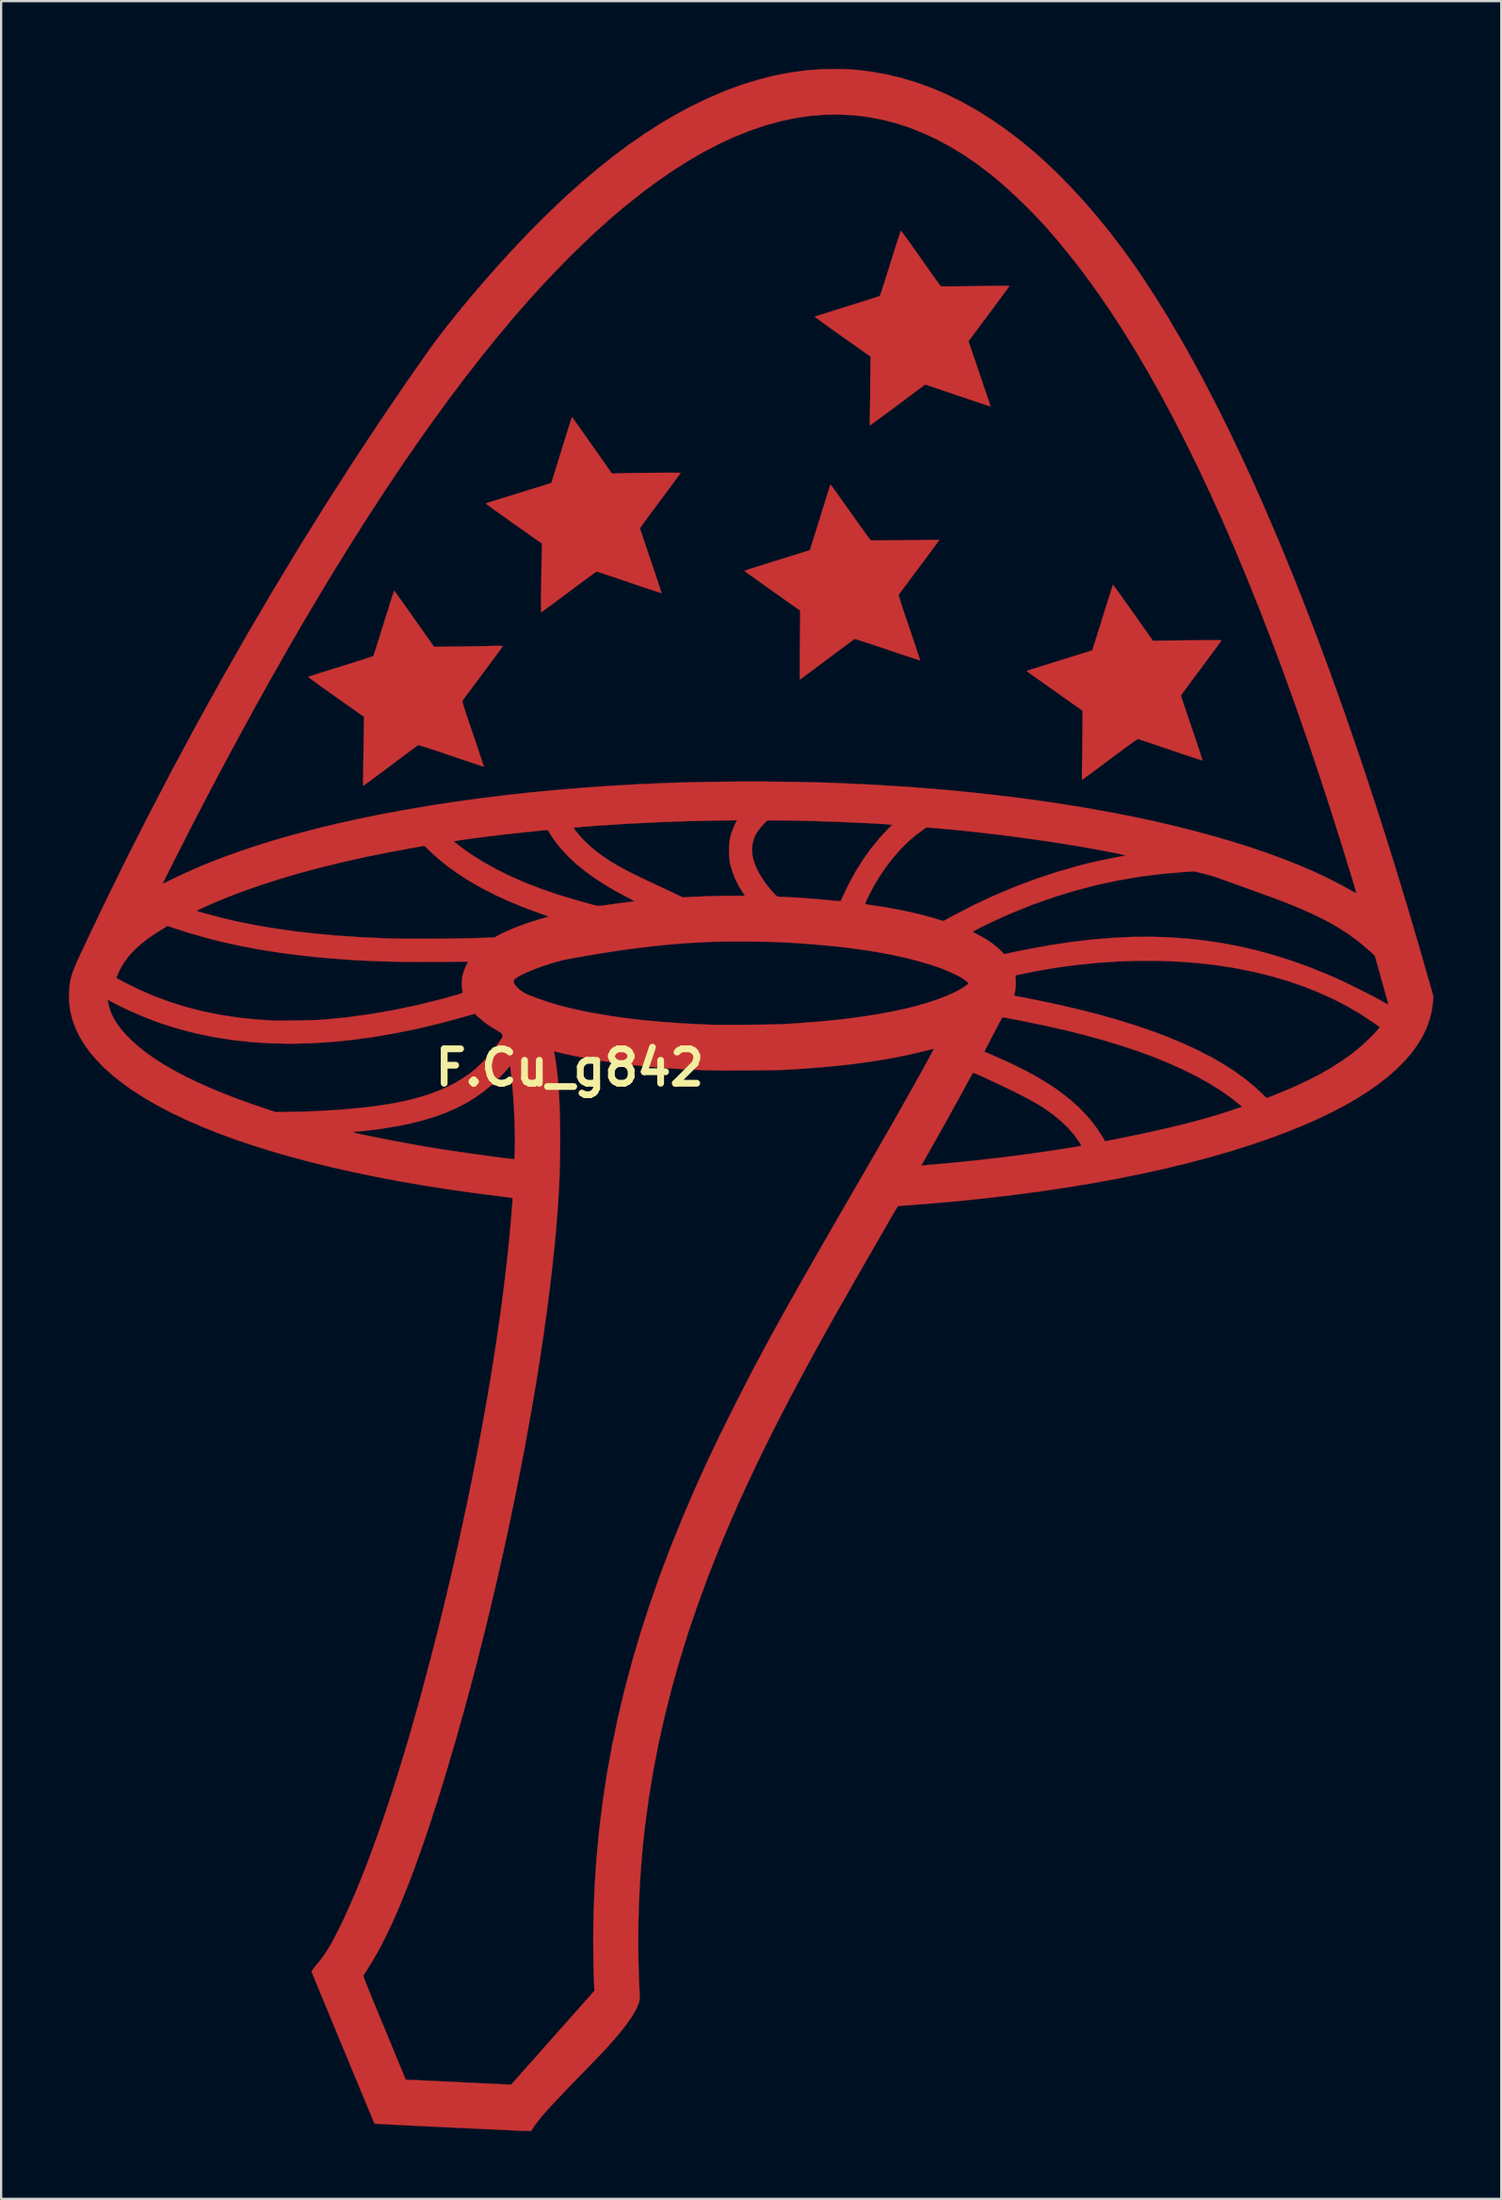
<source format=kicad_pcb>
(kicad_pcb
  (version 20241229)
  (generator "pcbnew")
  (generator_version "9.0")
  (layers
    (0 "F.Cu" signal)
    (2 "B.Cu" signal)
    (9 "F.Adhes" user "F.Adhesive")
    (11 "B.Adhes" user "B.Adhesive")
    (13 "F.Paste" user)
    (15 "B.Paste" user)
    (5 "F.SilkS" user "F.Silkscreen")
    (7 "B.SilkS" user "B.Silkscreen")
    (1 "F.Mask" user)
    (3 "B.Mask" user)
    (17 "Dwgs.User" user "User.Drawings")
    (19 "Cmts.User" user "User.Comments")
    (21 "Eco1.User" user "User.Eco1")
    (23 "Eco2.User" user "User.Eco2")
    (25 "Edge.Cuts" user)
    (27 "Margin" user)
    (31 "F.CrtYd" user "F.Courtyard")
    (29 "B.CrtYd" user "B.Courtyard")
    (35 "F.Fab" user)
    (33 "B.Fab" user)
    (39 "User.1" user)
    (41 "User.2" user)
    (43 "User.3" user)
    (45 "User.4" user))
  (footprint "F.Cu_g842"
    (layer "F.Cu")
    (at 22.159 44.196)
    (property "Reference" "F.Cu_g842" (at 0 0 0) (layer "F.SilkS") (effects (font (size 1.524 1.524) (thickness 0.3))))
    (attr through_hole)
    (fp_poly (pts (xy 14.675 -37.018) (xy 14.712 -36.97) (xy 14.77 -36.893) (xy 14.846 -36.789) (xy 14.938 -36.662) (xy 15.045 -36.514) (xy 15.164 -36.348) (xy 15.293 -36.166) (xy 15.43 -35.972) (xy 15.536 -35.822) (xy 15.679 -35.619) (xy 15.815 -35.427) (xy 15.943 -35.247) (xy 16.059 -35.083) (xy 16.163 -34.937) (xy 16.252 -34.812) (xy 16.324 -34.712) (xy 16.377 -34.638) (xy 16.41 -34.595) (xy 16.419 -34.583) (xy 16.444 -34.579) (xy 16.509 -34.575) (xy 16.613 -34.573) (xy 16.758 -34.573) (xy 16.942 -34.573) (xy 17.168 -34.574) (xy 17.434 -34.577) (xy 17.743 -34.581) (xy 17.952 -34.584) (xy 18.201 -34.588) (xy 18.437 -34.591) (xy 18.657 -34.594) (xy 18.858 -34.596) (xy 19.036 -34.598) (xy 19.188 -34.599) (xy 19.311 -34.6) (xy 19.4 -34.6) (xy 19.454 -34.6) (xy 19.468 -34.599) (xy 19.457 -34.581) (xy 19.422 -34.532) (xy 19.367 -34.455) (xy 19.291 -34.351) (xy 19.198 -34.225) (xy 19.09 -34.078) (xy 18.968 -33.914) (xy 18.835 -33.734) (xy 18.692 -33.543) (xy 18.564 -33.371) (xy 17.652 -32.15) (xy 18.139 -30.713) (xy 18.219 -30.477) (xy 18.295 -30.252) (xy 18.366 -30.043) (xy 18.431 -29.852) (xy 18.488 -29.682) (xy 18.537 -29.536) (xy 18.576 -29.419) (xy 18.605 -29.332) (xy 18.622 -29.28) (xy 18.627 -29.265) (xy 18.607 -29.27) (xy 18.551 -29.287) (xy 18.462 -29.315) (xy 18.344 -29.354) (xy 18.2 -29.401) (xy 18.034 -29.457) (xy 17.85 -29.518) (xy 17.65 -29.586) (xy 17.5 -29.637) (xy 17.279 -29.712) (xy 17.06 -29.786) (xy 16.849 -29.857) (xy 16.651 -29.924) (xy 16.47 -29.985) (xy 16.313 -30.039) (xy 16.182 -30.083) (xy 16.085 -30.115) (xy 16.054 -30.126) (xy 15.736 -30.233) (xy 14.526 -29.33) (xy 14.326 -29.181) (xy 14.136 -29.04) (xy 13.958 -28.908) (xy 13.796 -28.788) (xy 13.651 -28.682) (xy 13.527 -28.592) (xy 13.426 -28.519) (xy 13.352 -28.466) (xy 13.306 -28.435) (xy 13.293 -28.427) (xy 13.279 -28.445) (xy 13.28 -28.496) (xy 13.282 -28.528) (xy 13.285 -28.599) (xy 13.287 -28.705) (xy 13.29 -28.843) (xy 13.292 -29.008) (xy 13.295 -29.198) (xy 13.298 -29.408) (xy 13.301 -29.634) (xy 13.303 -29.874) (xy 13.304 -30.015) (xy 13.318 -31.465) (xy 12.078 -32.342) (xy 11.874 -32.486) (xy 11.682 -32.623) (xy 11.503 -32.752) (xy 11.34 -32.869) (xy 11.196 -32.973) (xy 11.074 -33.063) (xy 10.976 -33.136) (xy 10.904 -33.19) (xy 10.863 -33.223) (xy 10.853 -33.234) (xy 10.876 -33.242) (xy 10.935 -33.262) (xy 11.029 -33.293) (xy 11.153 -33.333) (xy 11.304 -33.381) (xy 11.479 -33.436) (xy 11.676 -33.498) (xy 11.889 -33.564) (xy 12.117 -33.635) (xy 12.287 -33.688) (xy 12.524 -33.761) (xy 12.748 -33.832) (xy 12.958 -33.897) (xy 13.149 -33.958) (xy 13.319 -34.012) (xy 13.464 -34.059) (xy 13.581 -34.098) (xy 13.667 -34.126) (xy 13.717 -34.144) (xy 13.73 -34.15) (xy 13.74 -34.174) (xy 13.762 -34.235) (xy 13.794 -34.329) (xy 13.835 -34.455) (xy 13.884 -34.607) (xy 13.941 -34.784) (xy 14.003 -34.981) (xy 14.071 -35.195) (xy 14.143 -35.424) (xy 14.198 -35.601) (xy 14.271 -35.838) (xy 14.342 -36.062) (xy 14.408 -36.271) (xy 14.468 -36.462) (xy 14.522 -36.63) (xy 14.569 -36.774) (xy 14.607 -36.889) (xy 14.636 -36.973) (xy 14.654 -37.022) (xy 14.66 -37.034) (xy 14.675 -37.018)) (stroke (width 0.01) (type solid)) (fill yes) (layer "F.Cu"))
    (fp_poly (pts (xy 0.119 -28.769) (xy 0.155 -28.72) (xy 0.212 -28.642) (xy 0.287 -28.537) (xy 0.378 -28.409) (xy 0.484 -28.26) (xy 0.603 -28.092) (xy 0.732 -27.909) (xy 0.87 -27.714) (xy 0.995 -27.537) (xy 1.873 -26.288) (xy 2.106 -26.299) (xy 2.19 -26.302) (xy 2.306 -26.305) (xy 2.447 -26.308) (xy 2.611 -26.311) (xy 2.794 -26.314) (xy 2.99 -26.316) (xy 3.196 -26.319) (xy 3.408 -26.321) (xy 3.621 -26.322) (xy 3.831 -26.324) (xy 4.034 -26.325) (xy 4.226 -26.326) (xy 4.403 -26.327) (xy 4.56 -26.327) (xy 4.693 -26.326) (xy 4.798 -26.325) (xy 4.871 -26.324) (xy 4.907 -26.322) (xy 4.911 -26.321) (xy 4.898 -26.302) (xy 4.863 -26.251) (xy 4.806 -26.173) (xy 4.729 -26.068) (xy 4.635 -25.941) (xy 4.527 -25.794) (xy 4.404 -25.629) (xy 4.271 -25.449) (xy 4.128 -25.257) (xy 4.011 -25.101) (xy 3.862 -24.901) (xy 3.721 -24.711) (xy 3.59 -24.534) (xy 3.471 -24.372) (xy 3.365 -24.227) (xy 3.275 -24.103) (xy 3.203 -24.003) (xy 3.15 -23.929) (xy 3.12 -23.884) (xy 3.112 -23.87) (xy 3.119 -23.846) (xy 3.138 -23.786) (xy 3.169 -23.691) (xy 3.21 -23.567) (xy 3.261 -23.415) (xy 3.32 -23.24) (xy 3.386 -23.045) (xy 3.457 -22.832) (xy 3.534 -22.605) (xy 3.595 -22.426) (xy 3.674 -22.192) (xy 3.75 -21.969) (xy 3.819 -21.762) (xy 3.882 -21.572) (xy 3.937 -21.405) (xy 3.984 -21.262) (xy 4.02 -21.147) (xy 4.046 -21.064) (xy 4.061 -21.014) (xy 4.063 -21.002) (xy 4.041 -21.007) (xy 3.982 -21.026) (xy 3.89 -21.055) (xy 3.767 -21.096) (xy 3.617 -21.145) (xy 3.443 -21.203) (xy 3.249 -21.268) (xy 3.037 -21.339) (xy 2.811 -21.415) (xy 2.633 -21.476) (xy 2.398 -21.555) (xy 2.175 -21.631) (xy 1.966 -21.701) (xy 1.776 -21.765) (xy 1.607 -21.822) (xy 1.462 -21.87) (xy 1.346 -21.909) (xy 1.26 -21.936) (xy 1.209 -21.953) (xy 1.196 -21.956) (xy 1.176 -21.944) (xy 1.124 -21.909) (xy 1.045 -21.852) (xy 0.939 -21.775) (xy 0.811 -21.681) (xy 0.663 -21.572) (xy 0.497 -21.45) (xy 0.317 -21.316) (xy 0.125 -21.174) (xy -0.036 -21.054) (xy -0.235 -20.905) (xy -0.425 -20.764) (xy -0.602 -20.632) (xy -0.764 -20.512) (xy -0.908 -20.406) (xy -1.031 -20.316) (xy -1.13 -20.243) (xy -1.203 -20.19) (xy -1.247 -20.159) (xy -1.26 -20.151) (xy -1.263 -20.171) (xy -1.265 -20.229) (xy -1.266 -20.321) (xy -1.266 -20.442) (xy -1.266 -20.588) (xy -1.264 -20.754) (xy -1.262 -20.935) (xy -1.261 -21.024) (xy -1.258 -21.247) (xy -1.254 -21.485) (xy -1.25 -21.731) (xy -1.246 -21.972) (xy -1.242 -22.199) (xy -1.239 -22.402) (xy -1.236 -22.544) (xy -1.224 -23.192) (xy -2.464 -24.068) (xy -2.668 -24.212) (xy -2.861 -24.349) (xy -3.041 -24.477) (xy -3.206 -24.595) (xy -3.351 -24.699) (xy -3.475 -24.789) (xy -3.575 -24.862) (xy -3.649 -24.915) (xy -3.692 -24.949) (xy -3.704 -24.959) (xy -3.685 -24.972) (xy -3.636 -24.992) (xy -3.564 -25.017) (xy -3.54 -25.025) (xy -3.491 -25.04) (xy -3.405 -25.066) (xy -3.287 -25.103) (xy -3.141 -25.148) (xy -2.97 -25.202) (xy -2.778 -25.261) (xy -2.571 -25.325) (xy -2.35 -25.394) (xy -2.122 -25.465) (xy -2.092 -25.474) (xy -0.809 -25.873) (xy -0.512 -26.827) (xy -0.445 -27.043) (xy -0.375 -27.265) (xy -0.307 -27.487) (xy -0.24 -27.701) (xy -0.178 -27.9) (xy -0.124 -28.076) (xy -0.078 -28.223) (xy -0.06 -28.284) (xy -0.017 -28.421) (xy 0.022 -28.545) (xy 0.056 -28.648) (xy 0.083 -28.726) (xy 0.1 -28.774) (xy 0.106 -28.786) (xy 0.119 -28.769)) (stroke (width 0.01) (type solid)) (fill yes) (layer "F.Cu"))
    (fp_poly (pts (xy -7.75 -21.086) (xy -7.714 -21.037) (xy -7.657 -20.96) (xy -7.581 -20.855) (xy -7.489 -20.727) (xy -7.383 -20.578) (xy -7.264 -20.411) (xy -7.134 -20.229) (xy -6.996 -20.034) (xy -6.876 -19.863) (xy -6.001 -18.624) (xy -4.953 -18.636) (xy -4.726 -18.639) (xy -4.495 -18.642) (xy -4.267 -18.645) (xy -4.049 -18.649) (xy -3.847 -18.652) (xy -3.669 -18.655) (xy -3.522 -18.659) (xy -3.434 -18.661) (xy -3.262 -18.664) (xy -3.13 -18.665) (xy -3.037 -18.663) (xy -2.982 -18.659) (xy -2.963 -18.651) (xy -2.963 -18.651) (xy -2.976 -18.631) (xy -3.011 -18.579) (xy -3.068 -18.5) (xy -3.145 -18.394) (xy -3.238 -18.267) (xy -3.347 -18.119) (xy -3.469 -17.954) (xy -3.602 -17.775) (xy -3.744 -17.584) (xy -3.842 -17.453) (xy -3.989 -17.255) (xy -4.129 -17.067) (xy -4.261 -16.891) (xy -4.38 -16.73) (xy -4.487 -16.587) (xy -4.578 -16.465) (xy -4.651 -16.366) (xy -4.704 -16.294) (xy -4.736 -16.251) (xy -4.743 -16.24) (xy -4.745 -16.225) (xy -4.742 -16.196) (xy -4.731 -16.15) (xy -4.714 -16.085) (xy -4.688 -15.997) (xy -4.653 -15.885) (xy -4.608 -15.747) (xy -4.553 -15.579) (xy -4.486 -15.379) (xy -4.408 -15.145) (xy -4.316 -14.874) (xy -4.279 -14.764) (xy -4.199 -14.528) (xy -4.123 -14.304) (xy -4.052 -14.094) (xy -3.988 -13.903) (xy -3.932 -13.734) (xy -3.883 -13.589) (xy -3.845 -13.473) (xy -3.816 -13.387) (xy -3.8 -13.335) (xy -3.796 -13.321) (xy -3.816 -13.327) (xy -3.874 -13.345) (xy -3.965 -13.375) (xy -4.086 -13.415) (xy -4.235 -13.465) (xy -4.408 -13.523) (xy -4.602 -13.588) (xy -4.814 -13.659) (xy -5.04 -13.736) (xy -5.24 -13.803) (xy -5.533 -13.902) (xy -5.788 -13.988) (xy -6.007 -14.061) (xy -6.193 -14.122) (xy -6.346 -14.172) (xy -6.47 -14.211) (xy -6.566 -14.239) (xy -6.636 -14.259) (xy -6.683 -14.269) (xy -6.708 -14.271) (xy -6.712 -14.27) (xy -6.734 -14.254) (xy -6.788 -14.215) (xy -6.869 -14.154) (xy -6.976 -14.075) (xy -7.106 -13.979) (xy -7.255 -13.868) (xy -7.421 -13.744) (xy -7.602 -13.609) (xy -7.793 -13.467) (xy -7.919 -13.373) (xy -8.116 -13.226) (xy -8.303 -13.086) (xy -8.478 -12.956) (xy -8.638 -12.837) (xy -8.779 -12.731) (xy -8.9 -12.641) (xy -8.998 -12.569) (xy -9.068 -12.517) (xy -9.11 -12.487) (xy -9.12 -12.48) (xy -9.128 -12.48) (xy -9.134 -12.497) (xy -9.139 -12.533) (xy -9.141 -12.592) (xy -9.142 -12.68) (xy -9.14 -12.8) (xy -9.138 -12.956) (xy -9.136 -13.052) (xy -9.133 -13.207) (xy -9.129 -13.396) (xy -9.126 -13.61) (xy -9.122 -13.84) (xy -9.118 -14.078) (xy -9.115 -14.315) (xy -9.112 -14.542) (xy -9.111 -14.584) (xy -9.099 -15.526) (xy -10.34 -16.402) (xy -10.544 -16.546) (xy -10.736 -16.683) (xy -10.915 -16.811) (xy -11.078 -16.928) (xy -11.222 -17.033) (xy -11.344 -17.122) (xy -11.442 -17.195) (xy -11.513 -17.25) (xy -11.554 -17.283) (xy -11.564 -17.294) (xy -11.541 -17.303) (xy -11.481 -17.323) (xy -11.388 -17.354) (xy -11.263 -17.394) (xy -11.112 -17.442) (xy -10.936 -17.498) (xy -10.74 -17.559) (xy -10.526 -17.626) (xy -10.298 -17.697) (xy -10.128 -17.75) (xy -9.892 -17.823) (xy -9.667 -17.894) (xy -9.458 -17.96) (xy -9.267 -18.021) (xy -9.097 -18.075) (xy -8.952 -18.123) (xy -8.836 -18.161) (xy -8.751 -18.191) (xy -8.7 -18.21) (xy -8.688 -18.216) (xy -8.678 -18.24) (xy -8.657 -18.301) (xy -8.625 -18.397) (xy -8.584 -18.522) (xy -8.535 -18.675) (xy -8.479 -18.852) (xy -8.416 -19.05) (xy -8.349 -19.265) (xy -8.278 -19.494) (xy -8.222 -19.673) (xy -8.149 -19.909) (xy -8.078 -20.133) (xy -8.013 -20.342) (xy -7.953 -20.533) (xy -7.899 -20.701) (xy -7.853 -20.844) (xy -7.815 -20.959) (xy -7.787 -21.042) (xy -7.77 -21.091) (xy -7.765 -21.103) (xy -7.75 -21.086)) (stroke (width 0.01) (type solid)) (fill yes) (layer "F.Cu"))
    (fp_poly (pts (xy 24.064 -21.351) (xy 24.1 -21.302) (xy 24.157 -21.224) (xy 24.233 -21.12) (xy 24.325 -20.992) (xy 24.431 -20.843) (xy 24.55 -20.677) (xy 24.68 -20.494) (xy 24.819 -20.299) (xy 24.939 -20.13) (xy 25.814 -18.891) (xy 25.909 -18.892) (xy 25.946 -18.893) (xy 26.021 -18.893) (xy 26.132 -18.895) (xy 26.273 -18.896) (xy 26.442 -18.898) (xy 26.634 -18.901) (xy 26.846 -18.903) (xy 27.074 -18.906) (xy 27.314 -18.909) (xy 27.427 -18.91) (xy 27.668 -18.913) (xy 27.896 -18.914) (xy 28.108 -18.916) (xy 28.3 -18.917) (xy 28.469 -18.917) (xy 28.612 -18.916) (xy 28.724 -18.915) (xy 28.802 -18.913) (xy 28.844 -18.911) (xy 28.85 -18.909) (xy 28.837 -18.89) (xy 28.801 -18.839) (xy 28.744 -18.76) (xy 28.668 -18.655) (xy 28.574 -18.528) (xy 28.465 -18.38) (xy 28.343 -18.215) (xy 28.209 -18.035) (xy 28.066 -17.843) (xy 27.95 -17.687) (xy 27.802 -17.488) (xy 27.661 -17.299) (xy 27.53 -17.122) (xy 27.41 -16.961) (xy 27.304 -16.817) (xy 27.214 -16.695) (xy 27.142 -16.596) (xy 27.089 -16.524) (xy 27.059 -16.48) (xy 27.051 -16.468) (xy 27.058 -16.446) (xy 27.077 -16.387) (xy 27.107 -16.295) (xy 27.149 -16.172) (xy 27.199 -16.022) (xy 27.257 -15.848) (xy 27.323 -15.653) (xy 27.395 -15.441) (xy 27.472 -15.214) (xy 27.535 -15.026) (xy 27.615 -14.791) (xy 27.69 -14.568) (xy 27.76 -14.36) (xy 27.823 -14.17) (xy 27.878 -14.001) (xy 27.925 -13.858) (xy 27.962 -13.742) (xy 27.988 -13.657) (xy 28.002 -13.607) (xy 28.005 -13.594) (xy 27.982 -13.599) (xy 27.924 -13.618) (xy 27.831 -13.647) (xy 27.708 -13.688) (xy 27.558 -13.737) (xy 27.385 -13.795) (xy 27.19 -13.86) (xy 26.979 -13.932) (xy 26.753 -14.008) (xy 26.583 -14.066) (xy 26.349 -14.145) (xy 26.126 -14.221) (xy 25.918 -14.291) (xy 25.727 -14.355) (xy 25.558 -14.412) (xy 25.413 -14.46) (xy 25.297 -14.499) (xy 25.211 -14.527) (xy 25.16 -14.543) (xy 25.146 -14.546) (xy 25.124 -14.534) (xy 25.071 -14.499) (xy 24.99 -14.442) (xy 24.884 -14.366) (xy 24.754 -14.273) (xy 24.605 -14.164) (xy 24.438 -14.041) (xy 24.257 -13.908) (xy 24.065 -13.765) (xy 23.905 -13.646) (xy 23.706 -13.497) (xy 23.516 -13.356) (xy 23.339 -13.224) (xy 23.177 -13.104) (xy 23.033 -12.998) (xy 22.91 -12.907) (xy 22.811 -12.835) (xy 22.738 -12.782) (xy 22.693 -12.75) (xy 22.681 -12.742) (xy 22.677 -12.763) (xy 22.675 -12.82) (xy 22.674 -12.909) (xy 22.674 -13.024) (xy 22.675 -13.159) (xy 22.678 -13.31) (xy 22.678 -13.33) (xy 22.681 -13.484) (xy 22.684 -13.673) (xy 22.687 -13.886) (xy 22.69 -14.116) (xy 22.692 -14.353) (xy 22.694 -14.59) (xy 22.696 -14.817) (xy 22.696 -14.856) (xy 22.701 -15.795) (xy 21.505 -16.641) (xy 21.304 -16.784) (xy 21.112 -16.92) (xy 20.933 -17.047) (xy 20.769 -17.163) (xy 20.623 -17.266) (xy 20.498 -17.354) (xy 20.398 -17.426) (xy 20.324 -17.478) (xy 20.28 -17.509) (xy 20.268 -17.517) (xy 20.241 -17.543) (xy 20.239 -17.558) (xy 20.261 -17.566) (xy 20.32 -17.586) (xy 20.412 -17.616) (xy 20.536 -17.655) (xy 20.687 -17.703) (xy 20.862 -17.758) (xy 21.058 -17.82) (xy 21.272 -17.887) (xy 21.5 -17.958) (xy 21.688 -18.016) (xy 21.925 -18.09) (xy 22.15 -18.16) (xy 22.36 -18.225) (xy 22.551 -18.285) (xy 22.721 -18.338) (xy 22.866 -18.383) (xy 22.982 -18.42) (xy 23.067 -18.447) (xy 23.118 -18.463) (xy 23.131 -18.468) (xy 23.138 -18.489) (xy 23.157 -18.547) (xy 23.186 -18.639) (xy 23.225 -18.761) (xy 23.272 -18.912) (xy 23.327 -19.086) (xy 23.388 -19.282) (xy 23.455 -19.496) (xy 23.526 -19.724) (xy 23.587 -19.921) (xy 23.661 -20.159) (xy 23.732 -20.385) (xy 23.798 -20.595) (xy 23.859 -20.787) (xy 23.913 -20.956) (xy 23.959 -21.101) (xy 23.998 -21.218) (xy 24.026 -21.303) (xy 24.044 -21.354) (xy 24.05 -21.368) (xy 24.064 -21.351)) (stroke (width 0.01) (type solid)) (fill yes) (layer "F.Cu"))
    (fp_poly (pts (xy 11.572 -25.773) (xy 11.609 -25.722) (xy 11.667 -25.643) (xy 11.743 -25.537) (xy 11.836 -25.408) (xy 11.943 -25.258) (xy 12.063 -25.09) (xy 12.192 -24.907) (xy 12.331 -24.712) (xy 12.437 -24.562) (xy 12.581 -24.359) (xy 12.717 -24.167) (xy 12.845 -23.988) (xy 12.963 -23.825) (xy 13.067 -23.68) (xy 13.157 -23.556) (xy 13.23 -23.457) (xy 13.285 -23.385) (xy 13.318 -23.343) (xy 13.328 -23.332) (xy 13.354 -23.33) (xy 13.418 -23.329) (xy 13.518 -23.329) (xy 13.649 -23.329) (xy 13.81 -23.33) (xy 13.995 -23.331) (xy 14.202 -23.333) (xy 14.427 -23.336) (xy 14.667 -23.338) (xy 14.854 -23.341) (xy 15.102 -23.344) (xy 15.337 -23.347) (xy 15.556 -23.349) (xy 15.756 -23.352) (xy 15.933 -23.353) (xy 16.084 -23.355) (xy 16.205 -23.355) (xy 16.294 -23.356) (xy 16.346 -23.355) (xy 16.359 -23.355) (xy 16.348 -23.337) (xy 16.314 -23.289) (xy 16.258 -23.211) (xy 16.183 -23.109) (xy 16.09 -22.983) (xy 15.983 -22.837) (xy 15.861 -22.674) (xy 15.729 -22.495) (xy 15.587 -22.305) (xy 15.481 -22.162) (xy 15.333 -21.964) (xy 15.191 -21.775) (xy 15.06 -21.598) (xy 14.939 -21.436) (xy 14.832 -21.292) (xy 14.74 -21.169) (xy 14.666 -21.069) (xy 14.611 -20.996) (xy 14.578 -20.951) (xy 14.57 -20.939) (xy 14.567 -20.926) (xy 14.569 -20.901) (xy 14.577 -20.86) (xy 14.592 -20.802) (xy 14.615 -20.725) (xy 14.646 -20.624) (xy 14.686 -20.499) (xy 14.736 -20.345) (xy 14.797 -20.162) (xy 14.87 -19.946) (xy 14.955 -19.694) (xy 15.032 -19.466) (xy 15.112 -19.23) (xy 15.187 -19.006) (xy 15.258 -18.797) (xy 15.321 -18.606) (xy 15.378 -18.436) (xy 15.426 -18.292) (xy 15.464 -18.175) (xy 15.492 -18.089) (xy 15.507 -18.037) (xy 15.511 -18.023) (xy 15.49 -18.028) (xy 15.432 -18.046) (xy 15.341 -18.075) (xy 15.219 -18.115) (xy 15.07 -18.164) (xy 14.896 -18.222) (xy 14.702 -18.287) (xy 14.49 -18.358) (xy 14.264 -18.435) (xy 14.068 -18.501) (xy 13.832 -18.581) (xy 13.607 -18.656) (xy 13.396 -18.726) (xy 13.204 -18.789) (xy 13.033 -18.845) (xy 12.886 -18.892) (xy 12.767 -18.929) (xy 12.679 -18.955) (xy 12.625 -18.97) (xy 12.609 -18.972) (xy 12.589 -18.957) (xy 12.538 -18.92) (xy 12.46 -18.862) (xy 12.358 -18.787) (xy 12.236 -18.696) (xy 12.096 -18.592) (xy 11.943 -18.478) (xy 11.779 -18.356) (xy 11.608 -18.228) (xy 11.433 -18.098) (xy 11.258 -17.967) (xy 11.085 -17.838) (xy 10.919 -17.714) (xy 10.762 -17.597) (xy 10.617 -17.489) (xy 10.49 -17.394) (xy 10.381 -17.313) (xy 10.296 -17.249) (xy 10.237 -17.204) (xy 10.207 -17.181) (xy 10.205 -17.18) (xy 10.2 -17.181) (xy 10.195 -17.194) (xy 10.191 -17.223) (xy 10.188 -17.269) (xy 10.186 -17.337) (xy 10.184 -17.427) (xy 10.184 -17.543) (xy 10.184 -17.688) (xy 10.184 -17.863) (xy 10.186 -18.073) (xy 10.188 -18.319) (xy 10.191 -18.603) (xy 10.191 -18.691) (xy 10.207 -20.225) (xy 8.966 -21.101) (xy 8.763 -21.245) (xy 8.57 -21.382) (xy 8.39 -21.51) (xy 8.227 -21.627) (xy 8.083 -21.731) (xy 7.96 -21.82) (xy 7.861 -21.892) (xy 7.789 -21.946) (xy 7.747 -21.979) (xy 7.736 -21.989) (xy 7.758 -21.997) (xy 7.817 -22.016) (xy 7.909 -22.046) (xy 8.033 -22.085) (xy 8.184 -22.133) (xy 8.359 -22.189) (xy 8.555 -22.25) (xy 8.769 -22.317) (xy 8.997 -22.389) (xy 9.187 -22.448) (xy 9.424 -22.522) (xy 9.65 -22.592) (xy 9.86 -22.658) (xy 10.052 -22.718) (xy 10.222 -22.772) (xy 10.367 -22.818) (xy 10.484 -22.855) (xy 10.569 -22.882) (xy 10.62 -22.899) (xy 10.634 -22.904) (xy 10.641 -22.925) (xy 10.66 -22.984) (xy 10.689 -23.077) (xy 10.729 -23.202) (xy 10.777 -23.355) (xy 10.833 -23.534) (xy 10.896 -23.736) (xy 10.965 -23.958) (xy 11.039 -24.196) (xy 11.118 -24.448) (xy 11.199 -24.711) (xy 11.284 -24.982) (xy 11.369 -25.258) (xy 11.455 -25.536) (xy 11.487 -25.639) (xy 11.512 -25.713) (xy 11.536 -25.767) (xy 11.553 -25.791) (xy 11.557 -25.792) (xy 11.572 -25.773)) (stroke (width 0.01) (type solid)) (fill yes) (layer "F.Cu"))
    (fp_poly (pts (xy 11.927 -44.189) (xy 12.166 -44.183) (xy 12.373 -44.174) (xy 12.56 -44.163) (xy 12.739 -44.148) (xy 12.921 -44.129) (xy 13.116 -44.105) (xy 13.309 -44.078) (xy 13.995 -43.959) (xy 14.677 -43.797) (xy 15.355 -43.594) (xy 16.029 -43.348) (xy 16.7 -43.061) (xy 17.365 -42.732) (xy 18.027 -42.361) (xy 18.684 -41.948) (xy 19.337 -41.494) (xy 19.984 -40.998) (xy 20.627 -40.461) (xy 21.029 -40.101) (xy 21.613 -39.545) (xy 22.196 -38.95) (xy 22.775 -38.32) (xy 23.345 -37.658) (xy 23.906 -36.969) (xy 24.453 -36.254) (xy 24.983 -35.519) (xy 25.431 -34.861) (xy 25.971 -34.027) (xy 26.51 -33.153) (xy 27.046 -32.241) (xy 27.582 -31.289) (xy 28.116 -30.297) (xy 28.649 -29.265) (xy 29.182 -28.192) (xy 29.713 -27.079) (xy 30.245 -25.925) (xy 30.776 -24.729) (xy 31.306 -23.491) (xy 31.623 -22.732) (xy 32.134 -21.476) (xy 32.644 -20.179) (xy 33.153 -18.844) (xy 33.661 -17.473) (xy 34.166 -16.066) (xy 34.668 -14.625) (xy 35.167 -13.154) (xy 35.661 -11.653) (xy 36.151 -10.124) (xy 36.635 -8.57) (xy 37.113 -6.991) (xy 37.585 -5.39) (xy 37.974 -4.034) (xy 38.226 -3.147) (xy 38.206 -2.902) (xy 38.153 -2.513) (xy 38.058 -2.131) (xy 37.922 -1.754) (xy 37.744 -1.382) (xy 37.524 -1.017) (xy 37.263 -0.658) (xy 36.961 -0.305) (xy 36.618 0.042) (xy 36.234 0.382) (xy 35.809 0.716) (xy 35.344 1.043) (xy 34.838 1.363) (xy 34.292 1.677) (xy 33.705 1.983) (xy 33.078 2.283) (xy 32.412 2.575) (xy 31.705 2.86) (xy 31.07 3.098) (xy 30.205 3.397) (xy 29.301 3.683) (xy 28.358 3.956) (xy 27.379 4.216) (xy 26.365 4.462) (xy 25.316 4.694) (xy 24.235 4.912) (xy 23.122 5.115) (xy 21.978 5.304) (xy 20.805 5.478) (xy 19.604 5.638) (xy 18.377 5.781) (xy 17.124 5.91) (xy 15.846 6.022) (xy 15.007 6.086) (xy 14.87 6.096) (xy 14.748 6.106) (xy 14.647 6.114) (xy 14.573 6.12) (xy 14.532 6.125) (xy 14.526 6.126) (xy 14.512 6.148) (xy 14.478 6.204) (xy 14.426 6.291) (xy 14.358 6.408) (xy 14.274 6.552) (xy 14.177 6.72) (xy 14.068 6.909) (xy 13.947 7.117) (xy 13.818 7.342) (xy 13.68 7.581) (xy 13.536 7.832) (xy 13.387 8.091) (xy 13.234 8.357) (xy 13.079 8.627) (xy 12.924 8.898) (xy 12.769 9.168) (xy 12.616 9.434) (xy 12.468 9.695) (xy 12.324 9.946) (xy 12.187 10.186) (xy 12.058 10.413) (xy 11.938 10.623) (xy 11.83 10.814) (xy 11.734 10.984) (xy 11.651 11.13) (xy 11.637 11.155) (xy 11.127 12.07) (xy 10.642 12.953) (xy 10.181 13.808) (xy 9.742 14.636) (xy 9.324 15.44) (xy 8.927 16.221) (xy 8.55 16.983) (xy 8.19 17.727) (xy 7.847 18.456) (xy 7.519 19.171) (xy 7.207 19.876) (xy 7.165 19.972) (xy 6.627 21.248) (xy 6.128 22.51) (xy 5.669 23.76) (xy 5.247 25.001) (xy 4.864 26.232) (xy 4.518 27.457) (xy 4.21 28.676) (xy 3.938 29.891) (xy 3.703 31.104) (xy 3.503 32.316) (xy 3.339 33.528) (xy 3.25 34.332) (xy 3.17 35.217) (xy 3.108 36.116) (xy 3.065 37.019) (xy 3.04 37.915) (xy 3.034 38.793) (xy 3.046 39.59) (xy 3.052 39.8) (xy 3.058 40.011) (xy 3.065 40.214) (xy 3.071 40.404) (xy 3.078 40.574) (xy 3.084 40.717) (xy 3.089 40.828) (xy 3.091 40.861) (xy 3.098 41.008) (xy 3.1 41.123) (xy 3.096 41.216) (xy 3.084 41.298) (xy 3.062 41.378) (xy 3.03 41.467) (xy 3.003 41.534) (xy 2.913 41.724) (xy 2.789 41.938) (xy 2.631 42.174) (xy 2.441 42.432) (xy 2.219 42.712) (xy 1.965 43.011) (xy 1.68 43.331) (xy 1.586 43.434) (xy 1.511 43.514) (xy 1.411 43.619) (xy 1.291 43.745) (xy 1.155 43.887) (xy 1.007 44.04) (xy 0.853 44.2) (xy 0.696 44.362) (xy 0.582 44.479) (xy 0.289 44.78) (xy 0.023 45.054) (xy -0.216 45.302) (xy -0.429 45.526) (xy -0.62 45.728) (xy -0.79 45.91) (xy -0.94 46.074) (xy -1.073 46.223) (xy -1.19 46.357) (xy -1.292 46.479) (xy -1.383 46.591) (xy -1.462 46.696) (xy -1.533 46.794) (xy -1.597 46.887) (xy -1.619 46.922) (xy -1.704 47.053) (xy -1.916 47.049) (xy -2.026 47.047) (xy -2.139 47.043) (xy -2.235 47.039) (xy -2.265 47.038) (xy -2.302 47.036) (xy -2.379 47.032) (xy -2.493 47.027) (xy -2.642 47.02) (xy -2.823 47.011) (xy -3.034 47.001) (xy -3.273 46.99) (xy -3.536 46.978) (xy -3.823 46.964) (xy -4.129 46.95) (xy -4.452 46.935) (xy -4.791 46.919) (xy -5.143 46.903) (xy -5.504 46.886) (xy -5.51 46.886) (xy -5.869 46.869) (xy -6.217 46.852) (xy -6.551 46.836) (xy -6.869 46.821) (xy -7.168 46.806) (xy -7.446 46.792) (xy -7.7 46.779) (xy -7.93 46.767) (xy -8.131 46.756) (xy -8.301 46.746) (xy -8.44 46.738) (xy -8.543 46.731) (xy -8.608 46.726) (xy -8.634 46.723) (xy -8.634 46.723) (xy -8.643 46.702) (xy -8.668 46.645) (xy -8.706 46.554) (xy -8.758 46.431) (xy -8.821 46.278) (xy -8.896 46.099) (xy -8.981 45.895) (xy -9.075 45.669) (xy -9.177 45.424) (xy -9.286 45.161) (xy -9.401 44.884) (xy -9.521 44.594) (xy -9.645 44.295) (xy -9.772 43.988) (xy -9.901 43.677) (xy -10.032 43.363) (xy -10.162 43.049) (xy -10.291 42.737) (xy -10.418 42.43) (xy -10.542 42.131) (xy -10.661 41.841) (xy -10.776 41.564) (xy -10.885 41.301) (xy -10.986 41.056) (xy -11.08 40.829) (xy -11.164 40.625) (xy -11.238 40.446) (xy -11.301 40.293) (xy -11.345 40.185) (xy -9.123 40.185) (xy -9.119 40.207) (xy -9.111 40.24) (xy -9.097 40.284) (xy -9.077 40.343) (xy -9.049 40.417) (xy -9.013 40.51) (xy -8.969 40.623) (xy -8.915 40.758) (xy -8.85 40.918) (xy -8.774 41.104) (xy -8.686 41.319) (xy -8.585 41.564) (xy -8.47 41.843) (xy -8.34 42.156) (xy -8.199 42.497) (xy -7.251 44.789) (xy -7.123 44.79) (xy -7.084 44.791) (xy -7.006 44.795) (xy -6.892 44.8) (xy -6.744 44.806) (xy -6.567 44.814) (xy -6.363 44.824) (xy -6.135 44.834) (xy -5.886 44.846) (xy -5.62 44.859) (xy -5.339 44.872) (xy -5.046 44.886) (xy -4.9 44.893) (xy -4.604 44.908) (xy -4.317 44.921) (xy -4.045 44.935) (xy -3.788 44.947) (xy -3.551 44.958) (xy -3.337 44.968) (xy -3.148 44.977) (xy -2.987 44.985) (xy -2.859 44.991) (xy -2.765 44.995) (xy -2.708 44.997) (xy -2.695 44.998) (xy -2.586 45) (xy -0.74 42.921) (xy 1.105 40.842) (xy 1.093 40.737) (xy 1.09 40.695) (xy 1.086 40.615) (xy 1.082 40.502) (xy 1.077 40.361) (xy 1.072 40.196) (xy 1.066 40.013) (xy 1.061 39.815) (xy 1.056 39.622) (xy 1.045 38.509) (xy 1.062 37.377) (xy 1.108 36.237) (xy 1.182 35.099) (xy 1.284 33.975) (xy 1.314 33.697) (xy 1.467 32.462) (xy 1.656 31.226) (xy 1.881 29.991) (xy 2.14 28.753) (xy 2.437 27.512) (xy 2.769 26.267) (xy 3.139 25.015) (xy 3.546 23.756) (xy 3.99 22.488) (xy 4.473 21.21) (xy 4.995 19.92) (xy 5.555 18.618) (xy 5.883 17.888) (xy 6.009 17.613) (xy 6.128 17.355) (xy 6.244 17.108) (xy 6.359 16.865) (xy 6.476 16.62) (xy 6.599 16.367) (xy 6.731 16.099) (xy 6.874 15.809) (xy 7.032 15.492) (xy 7.126 15.303) (xy 7.305 14.947) (xy 7.481 14.598) (xy 7.656 14.255) (xy 7.83 13.916) (xy 8.005 13.578) (xy 8.182 13.24) (xy 8.362 12.9) (xy 8.546 12.555) (xy 8.736 12.203) (xy 8.931 11.843) (xy 9.135 11.472) (xy 9.347 11.088) (xy 9.569 10.689) (xy 9.802 10.273) (xy 10.047 9.838) (xy 10.305 9.383) (xy 10.578 8.904) (xy 10.866 8.399) (xy 11.171 7.868) (xy 11.494 7.307) (xy 11.835 6.714) (xy 12.197 6.088) (xy 12.34 5.842) (xy 12.58 5.427) (xy 12.8 5.047) (xy 13.002 4.698) (xy 13.187 4.378) (xy 13.218 4.324) (xy 15.564 4.324) (xy 15.573 4.333) (xy 15.603 4.33) (xy 15.642 4.325) (xy 15.714 4.317) (xy 15.809 4.308) (xy 15.918 4.299) (xy 15.949 4.297) (xy 16.247 4.272) (xy 16.579 4.243) (xy 16.937 4.209) (xy 17.314 4.172) (xy 17.7 4.133) (xy 18.088 4.091) (xy 18.47 4.049) (xy 18.839 4.007) (xy 19.185 3.966) (xy 19.431 3.936) (xy 19.682 3.903) (xy 19.942 3.869) (xy 20.207 3.833) (xy 20.474 3.796) (xy 20.74 3.758) (xy 21.001 3.721) (xy 21.255 3.683) (xy 21.498 3.647) (xy 21.726 3.612) (xy 21.937 3.579) (xy 22.126 3.549) (xy 22.292 3.521) (xy 22.43 3.497) (xy 22.537 3.477) (xy 22.61 3.462) (xy 22.645 3.451) (xy 22.648 3.448) (xy 22.637 3.425) (xy 22.608 3.376) (xy 22.564 3.307) (xy 22.525 3.246) (xy 22.295 2.931) (xy 22.023 2.627) (xy 21.711 2.332) (xy 21.359 2.048) (xy 20.967 1.774) (xy 20.955 1.766) (xy 20.812 1.676) (xy 20.662 1.585) (xy 20.5 1.492) (xy 20.324 1.395) (xy 20.131 1.292) (xy 19.917 1.182) (xy 19.678 1.063) (xy 19.413 0.934) (xy 19.117 0.792) (xy 18.787 0.637) (xy 18.556 0.529) (xy 18.368 0.442) (xy 18.215 0.372) (xy 18.094 0.317) (xy 18 0.277) (xy 17.932 0.25) (xy 17.885 0.235) (xy 17.856 0.23) (xy 17.843 0.233) (xy 17.842 0.235) (xy 17.826 0.261) (xy 17.794 0.319) (xy 17.748 0.403) (xy 17.691 0.508) (xy 17.626 0.627) (xy 17.586 0.699) (xy 17.378 1.08) (xy 17.163 1.473) (xy 16.943 1.87) (xy 16.723 2.268) (xy 16.505 2.659) (xy 16.292 3.04) (xy 16.087 3.405) (xy 15.893 3.747) (xy 15.714 4.063) (xy 15.564 4.324) (xy 13.218 4.324) (xy 13.356 4.084) (xy 13.512 3.815) (xy 13.655 3.568) (xy 13.786 3.34) (xy 13.908 3.128) (xy 14.021 2.931) (xy 14.128 2.745) (xy 14.229 2.568) (xy 14.326 2.398) (xy 14.42 2.233) (xy 14.513 2.069) (xy 14.606 1.904) (xy 14.701 1.736) (xy 14.799 1.562) (xy 14.902 1.38) (xy 15.01 1.187) (xy 15.029 1.154) (xy 15.139 0.957) (xy 15.252 0.755) (xy 15.365 0.552) (xy 15.477 0.35) (xy 15.586 0.154) (xy 15.69 -0.034) (xy 15.787 -0.211) (xy 15.876 -0.372) (xy 15.954 -0.515) (xy 16.019 -0.636) (xy 16.06 -0.71) (xy 18.354 -0.71) (xy 18.376 -0.7) (xy 18.429 -0.676) (xy 18.507 -0.642) (xy 18.603 -0.601) (xy 18.648 -0.582) (xy 19.213 -0.335) (xy 19.738 -0.088) (xy 20.226 0.158) (xy 20.677 0.405) (xy 21.094 0.655) (xy 21.481 0.908) (xy 21.776 1.119) (xy 22.158 1.422) (xy 22.513 1.741) (xy 22.839 2.071) (xy 23.131 2.41) (xy 23.387 2.754) (xy 23.601 3.096) (xy 23.642 3.168) (xy 23.675 3.224) (xy 23.694 3.256) (xy 23.696 3.26) (xy 23.717 3.256) (xy 23.775 3.244) (xy 23.865 3.226) (xy 23.982 3.203) (xy 24.124 3.175) (xy 24.283 3.143) (xy 24.458 3.108) (xy 24.481 3.103) (xy 25.195 2.956) (xy 25.87 2.81) (xy 26.506 2.665) (xy 27.106 2.519) (xy 27.672 2.373) (xy 28.207 2.226) (xy 28.711 2.076) (xy 29.188 1.925) (xy 29.451 1.836) (xy 29.765 1.728) (xy 29.694 1.668) (xy 29.272 1.332) (xy 28.809 1.007) (xy 28.305 0.692) (xy 27.761 0.388) (xy 27.176 0.095) (xy 26.55 -0.187) (xy 25.884 -0.459) (xy 25.178 -0.72) (xy 24.431 -0.97) (xy 23.645 -1.209) (xy 22.818 -1.437) (xy 21.951 -1.654) (xy 21.045 -1.86) (xy 20.099 -2.055) (xy 20.077 -2.06) (xy 19.857 -2.103) (xy 19.676 -2.138) (xy 19.529 -2.167) (xy 19.412 -2.189) (xy 19.322 -2.206) (xy 19.256 -2.218) (xy 19.21 -2.226) (xy 19.179 -2.23) (xy 19.162 -2.231) (xy 19.153 -2.23) (xy 19.149 -2.227) (xy 19.148 -2.225) (xy 19.104 -2.146) (xy 19.049 -2.043) (xy 18.985 -1.922) (xy 18.913 -1.787) (xy 18.837 -1.643) (xy 18.759 -1.494) (xy 18.681 -1.346) (xy 18.606 -1.202) (xy 18.536 -1.069) (xy 18.475 -0.949) (xy 18.423 -0.849) (xy 18.384 -0.773) (xy 18.361 -0.725) (xy 18.354 -0.71) (xy 16.06 -0.71) (xy 16.071 -0.731) (xy 16.106 -0.798) (xy 16.123 -0.833) (xy 16.124 -0.837) (xy 16.103 -0.833) (xy 16.047 -0.821) (xy 15.961 -0.801) (xy 15.853 -0.774) (xy 15.728 -0.743) (xy 15.674 -0.73) (xy 15.099 -0.593) (xy 14.503 -0.468) (xy 13.883 -0.355) (xy 13.237 -0.254) (xy 12.561 -0.163) (xy 11.853 -0.083) (xy 11.112 -0.014) (xy 10.333 0.046) (xy 9.684 0.086) (xy 9.541 0.093) (xy 9.362 0.099) (xy 9.15 0.104) (xy 8.912 0.109) (xy 8.653 0.113) (xy 8.377 0.117) (xy 8.089 0.119) (xy 7.796 0.121) (xy 7.503 0.123) (xy 7.213 0.123) (xy 6.934 0.122) (xy 6.669 0.121) (xy 6.424 0.119) (xy 6.205 0.115) (xy 6.016 0.111) (xy 5.905 0.108) (xy 5.114 0.072) (xy 4.341 0.023) (xy 3.588 -0.038) (xy 2.857 -0.111) (xy 2.154 -0.196) (xy 1.479 -0.292) (xy 0.838 -0.398) (xy 0.232 -0.516) (xy -0.219 -0.615) (xy -0.341 -0.644) (xy -0.452 -0.67) (xy -0.544 -0.691) (xy -0.609 -0.706) (xy -0.636 -0.712) (xy -0.69 -0.723) (xy -0.653 -0.505) (xy -0.6 -0.159) (xy -0.553 0.206) (xy -0.515 0.593) (xy -0.483 1.005) (xy -0.457 1.446) (xy -0.439 1.917) (xy -0.427 2.423) (xy -0.421 2.967) (xy -0.421 3.239) (xy -0.424 3.768) (xy -0.433 4.287) (xy -0.449 4.801) (xy -0.471 5.318) (xy -0.501 5.847) (xy -0.539 6.393) (xy -0.584 6.965) (xy -0.639 7.569) (xy -0.647 7.662) (xy -0.752 8.681) (xy -0.874 9.735) (xy -1.014 10.821) (xy -1.17 11.934) (xy -1.343 13.073) (xy -1.531 14.234) (xy -1.734 15.413) (xy -1.95 16.608) (xy -2.181 17.816) (xy -2.424 19.032) (xy -2.679 20.254) (xy -2.945 21.479) (xy -3.222 22.703) (xy -3.509 23.924) (xy -3.806 25.138) (xy -4.111 26.342) (xy -4.424 27.532) (xy -4.745 28.706) (xy -5.072 29.86) (xy -5.405 30.991) (xy -5.743 32.096) (xy -5.864 32.48) (xy -6.124 33.287) (xy -6.38 34.052) (xy -6.632 34.777) (xy -6.88 35.462) (xy -7.124 36.108) (xy -7.365 36.716) (xy -7.603 37.286) (xy -7.839 37.819) (xy -8.073 38.316) (xy -8.304 38.777) (xy -8.534 39.204) (xy -8.763 39.597) (xy -8.925 39.856) (xy -8.986 39.952) (xy -9.042 40.038) (xy -9.086 40.108) (xy -9.114 40.152) (xy -9.119 40.16) (xy -9.123 40.169) (xy -9.123 40.185) (xy -11.345 40.185) (xy -11.351 40.169) (xy -11.389 40.077) (xy -11.412 40.02) (xy -11.419 40.002) (xy -11.41 39.976) (xy -11.377 39.925) (xy -11.324 39.853) (xy -11.256 39.767) (xy -11.216 39.719) (xy -11.07 39.541) (xy -10.937 39.368) (xy -10.813 39.192) (xy -10.694 39.007) (xy -10.574 38.805) (xy -10.45 38.579) (xy -10.316 38.323) (xy -10.283 38.258) (xy -10.023 37.726) (xy -9.76 37.154) (xy -9.494 36.541) (xy -9.225 35.889) (xy -8.955 35.198) (xy -8.683 34.47) (xy -8.41 33.706) (xy -8.136 32.907) (xy -7.861 32.073) (xy -7.585 31.206) (xy -7.31 30.307) (xy -7.035 29.376) (xy -6.761 28.415) (xy -6.49 27.429) (xy -6.151 26.155) (xy -5.822 24.87) (xy -5.505 23.58) (xy -5.2 22.286) (xy -4.907 20.992) (xy -4.627 19.702) (xy -4.36 18.418) (xy -4.108 17.143) (xy -3.871 15.882) (xy -3.649 14.638) (xy -3.444 13.413) (xy -3.255 12.21) (xy -3.084 11.034) (xy -2.931 9.888) (xy -2.797 8.774) (xy -2.742 8.276) (xy -2.72 8.07) (xy -2.698 7.853) (xy -2.676 7.628) (xy -2.654 7.399) (xy -2.633 7.171) (xy -2.613 6.946) (xy -2.594 6.73) (xy -2.576 6.526) (xy -2.56 6.338) (xy -2.547 6.17) (xy -2.537 6.026) (xy -2.529 5.909) (xy -2.524 5.825) (xy -2.524 5.776) (xy -2.525 5.765) (xy -2.547 5.761) (xy -2.606 5.752) (xy -2.697 5.739) (xy -2.813 5.724) (xy -2.951 5.707) (xy -3.104 5.688) (xy -3.145 5.683) (xy -4.283 5.538) (xy -5.393 5.379) (xy -6.476 5.209) (xy -7.531 5.027) (xy -8.556 4.833) (xy -9.55 4.627) (xy -10.514 4.41) (xy -11.445 4.182) (xy -12.343 3.943) (xy -13.208 3.694) (xy -14.038 3.434) (xy -14.833 3.164) (xy -15.591 2.884) (xy -15.665 2.855) (xy -9.587 2.855) (xy -9.585 2.859) (xy -9.548 2.872) (xy -9.472 2.892) (xy -9.362 2.918) (xy -9.221 2.949) (xy -9.052 2.985) (xy -8.86 3.025) (xy -8.648 3.068) (xy -8.419 3.114) (xy -8.178 3.161) (xy -7.927 3.21) (xy -7.67 3.259) (xy -7.411 3.307) (xy -7.153 3.355) (xy -6.901 3.401) (xy -6.657 3.445) (xy -6.425 3.486) (xy -6.209 3.522) (xy -6.138 3.534) (xy -5.945 3.566) (xy -5.73 3.6) (xy -5.496 3.635) (xy -5.249 3.673) (xy -4.991 3.711) (xy -4.727 3.749) (xy -4.461 3.788) (xy -4.196 3.825) (xy -3.936 3.862) (xy -3.686 3.896) (xy -3.449 3.928) (xy -3.229 3.957) (xy -3.03 3.983) (xy -2.856 4.005) (xy -2.711 4.022) (xy -2.598 4.034) (xy -2.522 4.04) (xy -2.506 4.041) (xy -2.44 4.043) (xy -2.426 3.625) (xy -2.421 3.41) (xy -2.42 3.161) (xy -2.424 2.885) (xy -2.431 2.59) (xy -2.441 2.283) (xy -2.454 1.971) (xy -2.47 1.664) (xy -2.489 1.367) (xy -2.51 1.089) (xy -2.52 0.974) (xy -2.53 0.861) (xy -2.542 0.734) (xy -2.556 0.597) (xy -2.571 0.457) (xy -2.585 0.321) (xy -2.599 0.195) (xy -2.611 0.086) (xy -2.621 -0.001) (xy -2.629 -0.058) (xy -2.633 -0.079) (xy -2.648 -0.066) (xy -2.683 -0.028) (xy -2.731 0.03) (xy -2.753 0.057) (xy -2.809 0.122) (xy -2.886 0.208) (xy -2.977 0.305) (xy -3.073 0.405) (xy -3.122 0.454) (xy -3.455 0.768) (xy -3.808 1.057) (xy -4.182 1.322) (xy -4.579 1.563) (xy -5.002 1.783) (xy -5.452 1.981) (xy -5.931 2.158) (xy -6.441 2.316) (xy -6.984 2.455) (xy -7.562 2.576) (xy -8.177 2.679) (xy -8.303 2.698) (xy -8.562 2.733) (xy -8.817 2.766) (xy -9.056 2.793) (xy -9.272 2.815) (xy -9.427 2.829) (xy -9.505 2.836) (xy -9.561 2.846) (xy -9.587 2.855) (xy -15.665 2.855) (xy -16.313 2.594) (xy -16.996 2.296) (xy -17.64 1.987) (xy -18.245 1.67) (xy -18.809 1.345) (xy -18.834 1.329) (xy -19.335 1.008) (xy -19.796 0.68) (xy -20.216 0.347) (xy -20.596 0.007) (xy -20.934 -0.338) (xy -21.232 -0.689) (xy -21.488 -1.045) (xy -21.703 -1.406) (xy -21.877 -1.772) (xy -22.009 -2.142) (xy -22.099 -2.517) (xy -22.147 -2.897) (xy -22.149 -2.989) (xy -20.44 -2.989) (xy -20.439 -2.947) (xy -20.436 -2.929) (xy -20.376 -2.666) (xy -20.286 -2.41) (xy -20.163 -2.159) (xy -20.006 -1.909) (xy -19.813 -1.657) (xy -19.581 -1.398) (xy -19.475 -1.291) (xy -19.167 -1.006) (xy -18.823 -0.726) (xy -18.442 -0.449) (xy -18.023 -0.177) (xy -17.566 0.091) (xy -17.07 0.355) (xy -16.536 0.617) (xy -15.961 0.875) (xy -15.347 1.131) (xy -14.691 1.384) (xy -13.994 1.636) (xy -13.536 1.792) (xy -13.007 1.969) (xy -12.351 1.958) (xy -12.16 1.954) (xy -11.957 1.95) (xy -11.753 1.944) (xy -11.559 1.938) (xy -11.386 1.931) (xy -11.25 1.926) (xy -10.576 1.888) (xy -9.942 1.843) (xy -9.346 1.789) (xy -8.786 1.726) (xy -8.261 1.653) (xy -7.767 1.57) (xy -7.304 1.477) (xy -6.869 1.372) (xy -6.462 1.256) (xy -6.079 1.129) (xy -5.719 0.988) (xy -5.38 0.835) (xy -5.06 0.669) (xy -4.758 0.489) (xy -4.472 0.294) (xy -4.353 0.207) (xy -4.138 0.03) (xy -3.916 -0.179) (xy -3.692 -0.412) (xy -3.476 -0.661) (xy -3.273 -0.919) (xy -3.119 -1.135) (xy -2.96 -1.37) (xy -2.985 -1.453) (xy -2.999 -1.492) (xy -3.02 -1.524) (xy -3.056 -1.555) (xy -3.113 -1.592) (xy -3.199 -1.642) (xy -3.214 -1.65) (xy -3.507 -1.826) (xy -3.773 -2.015) (xy -3.991 -2.197) (xy -4.204 -2.386) (xy -4.711 -2.241) (xy -5.732 -1.965) (xy -6.735 -1.725) (xy -7.721 -1.523) (xy -8.689 -1.357) (xy -9.639 -1.228) (xy -10.57 -1.136) (xy -11.482 -1.08) (xy -12.376 -1.062) (xy -13.25 -1.08) (xy -14.105 -1.135) (xy -14.94 -1.227) (xy -15.756 -1.355) (xy -16.551 -1.521) (xy -17.326 -1.723) (xy -17.949 -1.917) (xy -18.39 -2.073) (xy -18.832 -2.245) (xy -19.266 -2.428) (xy -19.68 -2.617) (xy -20.064 -2.809) (xy -20.108 -2.832) (xy -20.212 -2.887) (xy -20.303 -2.935) (xy -20.375 -2.973) (xy -20.42 -2.996) (xy -20.433 -3.003) (xy -20.44 -2.989) (xy -22.149 -2.989) (xy -22.154 -3.28) (xy -22.154 -3.281) (xy -22.145 -3.457) (xy -22.131 -3.617) (xy -22.11 -3.769) (xy -22.081 -3.917) (xy -22.067 -3.969) (xy -20.061 -3.969) (xy -20.042 -3.958) (xy -19.991 -3.93) (xy -19.915 -3.889) (xy -19.82 -3.838) (xy -19.732 -3.791) (xy -19.074 -3.462) (xy -18.392 -3.166) (xy -17.687 -2.906) (xy -16.961 -2.68) (xy -16.217 -2.489) (xy -15.455 -2.335) (xy -14.678 -2.216) (xy -13.887 -2.135) (xy -13.642 -2.117) (xy -13.513 -2.109) (xy -13.389 -2.101) (xy -13.281 -2.094) (xy -13.199 -2.089) (xy -13.166 -2.087) (xy -13.081 -2.083) (xy -12.961 -2.081) (xy -12.81 -2.081) (xy -12.634 -2.081) (xy -12.44 -2.083) (xy -12.234 -2.085) (xy -12.022 -2.089) (xy -11.809 -2.093) (xy -11.602 -2.098) (xy -11.406 -2.103) (xy -11.228 -2.109) (xy -11.073 -2.115) (xy -10.948 -2.122) (xy -10.89 -2.126) (xy -9.849 -2.228) (xy -8.8 -2.371) (xy -7.743 -2.556) (xy -6.679 -2.782) (xy -5.607 -3.05) (xy -5.133 -3.182) (xy -4.994 -3.222) (xy -4.89 -3.253) (xy -4.818 -3.277) (xy -4.771 -3.296) (xy -4.745 -3.313) (xy -4.735 -3.328) (xy -4.735 -3.336) (xy -4.739 -3.375) (xy -4.747 -3.443) (xy -4.758 -3.528) (xy -4.761 -3.556) (xy -4.772 -3.801) (xy -4.771 -3.81) (xy -2.477 -3.81) (xy -2.457 -3.73) (xy -2.404 -3.64) (xy -2.32 -3.545) (xy -2.21 -3.448) (xy -2.08 -3.355) (xy -1.935 -3.27) (xy -1.895 -3.25) (xy -1.811 -3.213) (xy -1.694 -3.166) (xy -1.549 -3.112) (xy -1.384 -3.053) (xy -1.206 -2.992) (xy -1.022 -2.93) (xy -0.837 -2.87) (xy -0.66 -2.815) (xy -0.497 -2.766) (xy -0.355 -2.727) (xy -0.339 -2.722) (xy 0.294 -2.57) (xy 0.966 -2.432) (xy 1.677 -2.309) (xy 2.426 -2.2) (xy 3.213 -2.107) (xy 4.037 -2.029) (xy 4.899 -1.966) (xy 5.798 -1.918) (xy 6.361 -1.897) (xy 6.458 -1.894) (xy 6.592 -1.893) (xy 6.758 -1.892) (xy 6.95 -1.892) (xy 7.163 -1.893) (xy 7.393 -1.894) (xy 7.633 -1.896) (xy 7.878 -1.898) (xy 8.124 -1.9) (xy 8.365 -1.903) (xy 8.595 -1.906) (xy 8.81 -1.91) (xy 9.004 -1.913) (xy 9.173 -1.917) (xy 9.31 -1.921) (xy 9.41 -1.925) (xy 9.419 -1.926) (xy 10.205 -1.973) (xy 10.961 -2.032) (xy 11.686 -2.101) (xy 12.38 -2.181) (xy 13.041 -2.271) (xy 13.668 -2.371) (xy 14.261 -2.481) (xy 14.819 -2.6) (xy 15.34 -2.729) (xy 15.824 -2.868) (xy 16.27 -3.015) (xy 16.676 -3.172) (xy 16.762 -3.21) (xy 19.673 -3.21) (xy 19.68 -3.193) (xy 19.717 -3.176) (xy 19.791 -3.16) (xy 19.816 -3.155) (xy 19.946 -3.132) (xy 20.109 -3.101) (xy 20.299 -3.063) (xy 20.508 -3.022) (xy 20.729 -2.977) (xy 20.955 -2.93) (xy 21.178 -2.884) (xy 21.39 -2.839) (xy 21.585 -2.797) (xy 21.706 -2.77) (xy 22.608 -2.559) (xy 23.471 -2.337) (xy 24.293 -2.104) (xy 25.075 -1.859) (xy 25.817 -1.604) (xy 26.519 -1.338) (xy 27.181 -1.061) (xy 27.802 -0.772) (xy 28.383 -0.473) (xy 28.923 -0.163) (xy 29.423 0.157) (xy 29.882 0.489) (xy 30.3 0.831) (xy 30.605 1.113) (xy 30.847 1.349) (xy 31.052 1.269) (xy 31.153 1.229) (xy 31.277 1.18) (xy 31.409 1.126) (xy 31.534 1.075) (xy 31.541 1.072) (xy 32.154 0.809) (xy 32.726 0.539) (xy 33.26 0.261) (xy 33.755 -0.026) (xy 34.213 -0.321) (xy 34.636 -0.627) (xy 35.024 -0.943) (xy 35.379 -1.271) (xy 35.524 -1.419) (xy 35.61 -1.509) (xy 35.689 -1.593) (xy 35.753 -1.664) (xy 35.798 -1.716) (xy 35.815 -1.737) (xy 35.857 -1.796) (xy 35.682 -1.921) (xy 35.098 -2.315) (xy 34.483 -2.68) (xy 33.84 -3.016) (xy 33.169 -3.322) (xy 32.471 -3.6) (xy 31.748 -3.847) (xy 31 -4.065) (xy 30.23 -4.252) (xy 29.437 -4.409) (xy 28.624 -4.536) (xy 27.791 -4.632) (xy 26.94 -4.696) (xy 26.071 -4.73) (xy 25.187 -4.732) (xy 24.287 -4.702) (xy 23.374 -4.641) (xy 22.448 -4.547) (xy 22.204 -4.517) (xy 21.931 -4.481) (xy 21.637 -4.437) (xy 21.329 -4.389) (xy 21.017 -4.337) (xy 20.709 -4.282) (xy 20.416 -4.228) (xy 20.146 -4.174) (xy 19.907 -4.123) (xy 19.882 -4.117) (xy 19.731 -4.083) (xy 19.743 -3.835) (xy 19.744 -3.676) (xy 19.734 -3.517) (xy 19.714 -3.371) (xy 19.686 -3.249) (xy 19.673 -3.21) (xy 16.762 -3.21) (xy 17.042 -3.337) (xy 17.145 -3.389) (xy 17.263 -3.453) (xy 17.375 -3.519) (xy 17.476 -3.584) (xy 17.559 -3.642) (xy 17.62 -3.691) (xy 17.65 -3.726) (xy 17.653 -3.735) (xy 17.636 -3.761) (xy 17.586 -3.807) (xy 17.507 -3.868) (xy 17.402 -3.943) (xy 17.387 -3.953) (xy 17.307 -4.002) (xy 17.196 -4.062) (xy 17.06 -4.129) (xy 16.91 -4.2) (xy 16.752 -4.27) (xy 16.594 -4.337) (xy 16.446 -4.396) (xy 16.33 -4.439) (xy 15.854 -4.594) (xy 15.355 -4.737) (xy 14.832 -4.869) (xy 14.282 -4.99) (xy 13.704 -5.099) (xy 13.096 -5.198) (xy 12.456 -5.287) (xy 11.782 -5.366) (xy 11.072 -5.434) (xy 10.325 -5.494) (xy 9.538 -5.544) (xy 9.483 -5.547) (xy 9.313 -5.555) (xy 9.107 -5.562) (xy 8.872 -5.568) (xy 8.614 -5.573) (xy 8.339 -5.577) (xy 8.053 -5.58) (xy 7.763 -5.583) (xy 7.476 -5.583) (xy 7.198 -5.583) (xy 6.934 -5.582) (xy 6.692 -5.579) (xy 6.478 -5.575) (xy 6.298 -5.57) (xy 6.276 -5.569) (xy 5.748 -5.544) (xy 5.231 -5.514) (xy 4.719 -5.476) (xy 4.207 -5.431) (xy 3.69 -5.377) (xy 3.161 -5.315) (xy 2.617 -5.244) (xy 2.05 -5.162) (xy 1.456 -5.07) (xy 0.829 -4.966) (xy 0.561 -4.92) (xy 0.341 -4.882) (xy 0.156 -4.849) (xy -0.001 -4.82) (xy -0.138 -4.792) (xy -0.26 -4.766) (xy -0.376 -4.738) (xy -0.491 -4.708) (xy -0.614 -4.673) (xy -0.75 -4.633) (xy -0.819 -4.613) (xy -1.217 -4.484) (xy -1.592 -4.345) (xy -1.936 -4.198) (xy -2.09 -4.125) (xy -2.227 -4.055) (xy -2.329 -3.997) (xy -2.4 -3.947) (xy -2.445 -3.902) (xy -2.469 -3.857) (xy -2.476 -3.81) (xy -2.477 -3.81) (xy -4.771 -3.81) (xy -4.744 -4.044) (xy -4.676 -4.289) (xy -4.572 -4.53) (xy -4.49 -4.692) (xy -5.881 -4.682) (xy -6.446 -4.68) (xy -6.975 -4.681) (xy -7.475 -4.686) (xy -7.952 -4.696) (xy -8.413 -4.709) (xy -8.863 -4.727) (xy -9.309 -4.749) (xy -9.757 -4.776) (xy -10.054 -4.796) (xy -11.016 -4.874) (xy -11.943 -4.972) (xy -12.835 -5.088) (xy -13.694 -5.223) (xy -14.524 -5.379) (xy -15.325 -5.554) (xy -16.101 -5.75) (xy -16.852 -5.967) (xy -17.305 -6.111) (xy -17.794 -6.273) (xy -17.983 -6.159) (xy -18.349 -5.929) (xy -18.675 -5.703) (xy -18.965 -5.476) (xy -19.219 -5.249) (xy -19.441 -5.017) (xy -19.633 -4.779) (xy -19.797 -4.532) (xy -19.935 -4.273) (xy -19.986 -4.163) (xy -20.02 -4.082) (xy -20.046 -4.017) (xy -20.06 -3.977) (xy -20.061 -3.969) (xy -22.067 -3.969) (xy -22.041 -4.067) (xy -21.989 -4.226) (xy -21.924 -4.4) (xy -21.844 -4.593) (xy -21.746 -4.812) (xy -21.644 -5.034) (xy -20.742 -6.933) (xy -16.507 -6.933) (xy -16.485 -6.925) (xy -16.429 -6.908) (xy -16.347 -6.883) (xy -16.244 -6.853) (xy -16.161 -6.83) (xy -15.412 -6.631) (xy -14.633 -6.451) (xy -13.823 -6.291) (xy -12.98 -6.15) (xy -12.104 -6.028) (xy -11.195 -5.924) (xy -10.249 -5.84) (xy -9.268 -5.774) (xy -8.25 -5.727) (xy -7.906 -5.715) (xy -7.732 -5.711) (xy -7.522 -5.708) (xy -7.28 -5.705) (xy -7.013 -5.704) (xy -6.725 -5.703) (xy -6.423 -5.704) (xy -6.111 -5.705) (xy -5.796 -5.707) (xy -5.483 -5.71) (xy -5.177 -5.713) (xy -4.884 -5.717) (xy -4.609 -5.722) (xy -4.358 -5.728) (xy -4.137 -5.734) (xy -4.013 -5.738) (xy -3.316 -5.764) (xy -3.167 -5.848) (xy -2.975 -5.949) (xy -2.828 -6.017) (xy 17.845 -6.017) (xy 17.863 -6.001) (xy 17.911 -5.972) (xy 17.98 -5.935) (xy 18.017 -5.916) (xy 18.382 -5.716) (xy 18.712 -5.494) (xy 19.005 -5.25) (xy 19.064 -5.194) (xy 19.242 -5.023) (xy 19.469 -5.073) (xy 19.731 -5.13) (xy 20.023 -5.189) (xy 20.333 -5.25) (xy 20.646 -5.31) (xy 20.952 -5.365) (xy 21.238 -5.415) (xy 21.315 -5.427) (xy 22.232 -5.564) (xy 23.123 -5.669) (xy 23.993 -5.742) (xy 24.843 -5.783) (xy 25.675 -5.792) (xy 26.494 -5.769) (xy 27.301 -5.714) (xy 28.099 -5.627) (xy 28.868 -5.513) (xy 29.653 -5.364) (xy 30.43 -5.183) (xy 31.206 -4.969) (xy 31.982 -4.721) (xy 32.765 -4.437) (xy 33.559 -4.116) (xy 33.867 -3.983) (xy 34.032 -3.909) (xy 34.225 -3.819) (xy 34.437 -3.717) (xy 34.663 -3.607) (xy 34.895 -3.493) (xy 35.124 -3.378) (xy 35.345 -3.265) (xy 35.55 -3.159) (xy 35.731 -3.063) (xy 35.881 -2.981) (xy 35.888 -2.977) (xy 35.993 -2.918) (xy 36.085 -2.867) (xy 36.159 -2.827) (xy 36.207 -2.803) (xy 36.223 -2.796) (xy 36.232 -2.811) (xy 36.229 -2.831) (xy 36.221 -2.859) (xy 36.203 -2.924) (xy 36.176 -3.019) (xy 36.143 -3.141) (xy 36.103 -3.283) (xy 36.058 -3.443) (xy 36.015 -3.598) (xy 35.963 -3.784) (xy 35.911 -3.971) (xy 35.861 -4.153) (xy 35.814 -4.321) (xy 35.773 -4.469) (xy 35.739 -4.588) (xy 35.724 -4.643) (xy 35.636 -4.957) (xy 35.371 -5.198) (xy 35.083 -5.447) (xy 34.783 -5.684) (xy 34.469 -5.911) (xy 34.136 -6.128) (xy 33.782 -6.339) (xy 33.403 -6.545) (xy 32.996 -6.747) (xy 32.557 -6.948) (xy 32.085 -7.15) (xy 31.574 -7.353) (xy 31.401 -7.42) (xy 31.328 -7.447) (xy 31.22 -7.487) (xy 31.082 -7.537) (xy 30.917 -7.597) (xy 30.732 -7.665) (xy 30.53 -7.738) (xy 30.316 -7.816) (xy 30.095 -7.896) (xy 29.871 -7.976) (xy 29.65 -8.056) (xy 29.435 -8.134) (xy 29.232 -8.207) (xy 29.045 -8.274) (xy 28.879 -8.333) (xy 28.738 -8.383) (xy 28.627 -8.422) (xy 28.564 -8.444) (xy 28.486 -8.469) (xy 28.378 -8.501) (xy 28.25 -8.536) (xy 28.114 -8.572) (xy 28.021 -8.595) (xy 27.647 -8.687) (xy 27.217 -8.661) (xy 26.236 -8.579) (xy 25.262 -8.456) (xy 24.294 -8.292) (xy 23.335 -8.086) (xy 22.383 -7.838) (xy 21.441 -7.55) (xy 20.507 -7.22) (xy 19.585 -6.85) (xy 19.251 -6.705) (xy 19.118 -6.645) (xy 18.973 -6.578) (xy 18.82 -6.506) (xy 18.663 -6.432) (xy 18.507 -6.357) (xy 18.357 -6.285) (xy 18.218 -6.216) (xy 18.094 -6.154) (xy 17.99 -6.101) (xy 17.911 -6.059) (xy 17.861 -6.03) (xy 17.845 -6.017) (xy -2.828 -6.017) (xy -2.747 -6.055) (xy -2.491 -6.164) (xy -2.214 -6.272) (xy -1.921 -6.378) (xy -1.62 -6.478) (xy -1.318 -6.57) (xy -1.191 -6.606) (xy -1.093 -6.634) (xy -1.012 -6.659) (xy -0.956 -6.678) (xy -0.932 -6.69) (xy -0.931 -6.691) (xy -0.95 -6.704) (xy -0.996 -6.722) (xy -1.021 -6.73) (xy -1.084 -6.75) (xy -1.178 -6.782) (xy -1.297 -6.824) (xy -1.433 -6.873) (xy -1.578 -6.926) (xy -1.726 -6.98) (xy -1.868 -7.032) (xy -1.997 -7.081) (xy -2.105 -7.123) (xy -2.117 -7.127) (xy -2.74 -7.387) (xy -3.335 -7.662) (xy -3.899 -7.953) (xy -4.431 -8.258) (xy -4.928 -8.576) (xy -5.389 -8.905) (xy -5.812 -9.245) (xy -6.168 -9.569) (xy -6.427 -9.819) (xy -6.965 -9.724) (xy -8.047 -9.523) (xy -9.088 -9.311) (xy -10.089 -9.087) (xy -11.049 -8.851) (xy -11.97 -8.604) (xy -12.85 -8.345) (xy -13.691 -8.074) (xy -14.493 -7.792) (xy -15.081 -7.567) (xy -15.243 -7.502) (xy -15.411 -7.433) (xy -15.582 -7.362) (xy -15.75 -7.29) (xy -15.912 -7.219) (xy -16.063 -7.152) (xy -16.199 -7.091) (xy -16.316 -7.037) (xy -16.408 -6.992) (xy -16.473 -6.958) (xy -16.505 -6.938) (xy -16.507 -6.933) (xy -20.742 -6.933) (xy -20.667 -7.091) (xy -20.152 -8.142) (xy -18.013 -8.142) (xy -17.995 -8.146) (xy -17.945 -8.168) (xy -17.869 -8.203) (xy -17.773 -8.249) (xy -17.662 -8.304) (xy -17.653 -8.308) (xy -16.988 -8.625) (xy -16.284 -8.933) (xy -15.541 -9.23) (xy -14.76 -9.517) (xy -13.943 -9.793) (xy -13.241 -10.012) (xy -5.129 -10.012) (xy -5.129 -10.011) (xy -5.059 -9.953) (xy -4.962 -9.877) (xy -4.844 -9.788) (xy -4.713 -9.691) (xy -4.575 -9.592) (xy -4.438 -9.497) (xy -4.31 -9.409) (xy -4.307 -9.408) (xy -3.771 -9.073) (xy -3.195 -8.754) (xy -2.581 -8.453) (xy -1.928 -8.17) (xy -1.236 -7.903) (xy -0.507 -7.654) (xy 0.262 -7.422) (xy 0.296 -7.412) (xy 0.522 -7.349) (xy 0.71 -7.296) (xy 0.865 -7.253) (xy 0.989 -7.22) (xy 1.087 -7.195) (xy 1.162 -7.176) (xy 1.218 -7.165) (xy 1.257 -7.158) (xy 1.281 -7.156) (xy 1.321 -7.159) (xy 1.395 -7.167) (xy 1.496 -7.179) (xy 1.617 -7.195) (xy 1.749 -7.213) (xy 1.767 -7.216) (xy 1.926 -7.239) (xy 2.065 -7.257) (xy 13.084 -7.257) (xy 13.085 -7.238) (xy 13.117 -7.229) (xy 13.181 -7.217) (xy 13.263 -7.204) (xy 13.303 -7.199) (xy 13.785 -7.129) (xy 14.268 -7.047) (xy 14.746 -6.954) (xy 15.211 -6.853) (xy 15.654 -6.744) (xy 16.069 -6.631) (xy 16.351 -6.544) (xy 16.441 -6.516) (xy 16.5 -6.5) (xy 16.539 -6.496) (xy 16.569 -6.501) (xy 16.599 -6.517) (xy 16.605 -6.52) (xy 16.644 -6.542) (xy 16.713 -6.581) (xy 16.804 -6.631) (xy 16.911 -6.689) (xy 17.007 -6.741) (xy 17.883 -7.194) (xy 18.779 -7.613) (xy 19.693 -7.997) (xy 20.62 -8.346) (xy 21.555 -8.656) (xy 22.494 -8.926) (xy 22.894 -9.029) (xy 23.02 -9.059) (xy 23.168 -9.093) (xy 23.33 -9.129) (xy 23.502 -9.167) (xy 23.679 -9.204) (xy 23.854 -9.241) (xy 24.022 -9.276) (xy 24.178 -9.307) (xy 24.317 -9.334) (xy 24.432 -9.355) (xy 24.518 -9.37) (xy 24.57 -9.377) (xy 24.578 -9.377) (xy 24.612 -9.38) (xy 24.605 -9.39) (xy 24.556 -9.407) (xy 24.466 -9.43) (xy 24.333 -9.459) (xy 24.16 -9.495) (xy 23.944 -9.538) (xy 23.688 -9.587) (xy 23.39 -9.643) (xy 23.167 -9.684) (xy 22.571 -9.789) (xy 21.941 -9.893) (xy 21.283 -9.995) (xy 20.606 -10.095) (xy 19.917 -10.19) (xy 19.224 -10.279) (xy 18.534 -10.363) (xy 17.855 -10.44) (xy 17.194 -10.509) (xy 16.56 -10.569) (xy 16.117 -10.607) (xy 15.798 -10.632) (xy 15.635 -10.522) (xy 15.291 -10.268) (xy 14.954 -9.975) (xy 14.625 -9.644) (xy 14.308 -9.28) (xy 14.004 -8.885) (xy 13.716 -8.461) (xy 13.589 -8.255) (xy 13.517 -8.133) (xy 13.444 -8.002) (xy 13.371 -7.867) (xy 13.3 -7.732) (xy 13.236 -7.604) (xy 13.179 -7.487) (xy 13.133 -7.387) (xy 13.101 -7.309) (xy 13.084 -7.257) (xy 2.065 -7.257) (xy 2.099 -7.262) (xy 2.271 -7.285) (xy 2.427 -7.304) (xy 2.524 -7.316) (xy 2.637 -7.33) (xy 2.734 -7.344) (xy 2.807 -7.356) (xy 2.85 -7.366) (xy 2.857 -7.37) (xy 2.84 -7.384) (xy 2.79 -7.414) (xy 2.715 -7.455) (xy 2.621 -7.505) (xy 2.545 -7.544) (xy 2.034 -7.816) (xy 1.555 -8.099) (xy 1.107 -8.39) (xy 0.695 -8.689) (xy 0.319 -8.994) (xy -0.019 -9.305) (xy -0.317 -9.619) (xy -0.351 -9.658) (xy -0.477 -9.809) (xy -0.597 -9.962) (xy -0.706 -10.109) (xy -0.799 -10.243) (xy -0.87 -10.357) (xy -0.897 -10.409) (xy -0.932 -10.468) (xy -0.964 -10.509) (xy -0.982 -10.52) (xy -1.012 -10.518) (xy -1.079 -10.511) (xy -1.179 -10.502) (xy -1.305 -10.489) (xy -1.453 -10.474) (xy -1.617 -10.457) (xy -1.793 -10.438) (xy -1.976 -10.419) (xy -2.159 -10.399) (xy -2.339 -10.38) (xy -2.511 -10.361) (xy -2.668 -10.344) (xy -2.806 -10.329) (xy -2.9 -10.318) (xy -3.15 -10.289) (xy -3.399 -10.259) (xy -3.644 -10.228) (xy -3.883 -10.198) (xy -4.11 -10.169) (xy -4.324 -10.14) (xy -4.519 -10.113) (xy -4.694 -10.088) (xy -4.844 -10.066) (xy -4.966 -10.047) (xy -5.056 -10.031) (xy -5.112 -10.019) (xy -5.129 -10.012) (xy -13.241 -10.012) (xy -13.092 -10.058) (xy -12.206 -10.312) (xy -11.289 -10.554) (xy -11.025 -10.618) (xy 0.176 -10.618) (xy 0.184 -10.598) (xy 0.215 -10.551) (xy 0.266 -10.484) (xy 0.332 -10.401) (xy 0.408 -10.308) (xy 0.491 -10.211) (xy 0.5 -10.201) (xy 0.687 -10.002) (xy 0.908 -9.798) (xy 1.155 -9.592) (xy 1.423 -9.39) (xy 1.703 -9.199) (xy 1.82 -9.124) (xy 1.986 -9.023) (xy 2.158 -8.923) (xy 2.341 -8.822) (xy 2.538 -8.717) (xy 2.754 -8.606) (xy 2.992 -8.488) (xy 3.256 -8.36) (xy 3.551 -8.22) (xy 3.88 -8.067) (xy 3.969 -8.026) (xy 4.123 -7.955) (xy 4.281 -7.881) (xy 4.434 -7.81) (xy 4.572 -7.744) (xy 4.687 -7.69) (xy 4.741 -7.663) (xy 5.006 -7.534) (xy 5.207 -7.545) (xy 5.288 -7.55) (xy 5.402 -7.555) (xy 5.54 -7.562) (xy 5.692 -7.568) (xy 5.848 -7.575) (xy 5.905 -7.578) (xy 6.061 -7.583) (xy 6.248 -7.589) (xy 6.454 -7.594) (xy 6.669 -7.598) (xy 6.881 -7.602) (xy 7.078 -7.604) (xy 7.081 -7.604) (xy 7.759 -7.609) (xy 7.635 -7.795) (xy 7.474 -8.063) (xy 7.33 -8.355) (xy 7.211 -8.656) (xy 7.121 -8.953) (xy 7.102 -9.038) (xy 7.088 -9.12) (xy 7.075 -9.23) (xy 7.064 -9.356) (xy 7.056 -9.484) (xy 7.055 -9.506) (xy 7.055 -9.688) (xy 8.07 -9.688) (xy 8.084 -9.436) (xy 8.14 -9.174) (xy 8.237 -8.902) (xy 8.374 -8.621) (xy 8.548 -8.338) (xy 8.637 -8.21) (xy 8.738 -8.075) (xy 8.843 -7.943) (xy 8.946 -7.82) (xy 9.04 -7.715) (xy 9.118 -7.638) (xy 9.12 -7.635) (xy 9.167 -7.596) (xy 9.205 -7.572) (xy 9.249 -7.561) (xy 9.313 -7.557) (xy 9.372 -7.556) (xy 9.469 -7.554) (xy 9.603 -7.549) (xy 9.767 -7.541) (xy 9.955 -7.53) (xy 10.161 -7.516) (xy 10.379 -7.501) (xy 10.603 -7.485) (xy 10.826 -7.468) (xy 11.043 -7.451) (xy 11.247 -7.433) (xy 11.433 -7.416) (xy 11.595 -7.4) (xy 11.695 -7.389) (xy 11.782 -7.38) (xy 11.865 -7.372) (xy 11.919 -7.369) (xy 11.995 -7.366) (xy 12.117 -7.636) (xy 12.386 -8.188) (xy 12.68 -8.717) (xy 12.999 -9.221) (xy 13.338 -9.695) (xy 13.697 -10.137) (xy 14.054 -10.524) (xy 14.277 -10.75) (xy 14.129 -10.762) (xy 13.953 -10.776) (xy 13.739 -10.79) (xy 13.492 -10.804) (xy 13.217 -10.819) (xy 12.919 -10.833) (xy 12.602 -10.847) (xy 12.271 -10.861) (xy 11.931 -10.875) (xy 11.587 -10.887) (xy 11.243 -10.899) (xy 10.904 -10.91) (xy 10.574 -10.92) (xy 10.26 -10.928) (xy 9.964 -10.934) (xy 9.693 -10.939) (xy 9.45 -10.942) (xy 9.269 -10.943) (xy 8.748 -10.943) (xy 8.57 -10.758) (xy 8.432 -10.606) (xy 8.325 -10.466) (xy 8.24 -10.329) (xy 8.173 -10.184) (xy 8.165 -10.163) (xy 8.097 -9.93) (xy 8.07 -9.688) (xy 7.055 -9.688) (xy 7.056 -9.796) (xy 7.083 -10.063) (xy 7.14 -10.317) (xy 7.228 -10.571) (xy 7.314 -10.761) (xy 7.406 -10.95) (xy 6.481 -10.936) (xy 5.149 -10.906) (xy 3.83 -10.858) (xy 2.506 -10.79) (xy 1.249 -10.709) (xy 1.008 -10.692) (xy 0.793 -10.676) (xy 0.606 -10.661) (xy 0.449 -10.648) (xy 0.325 -10.637) (xy 0.237 -10.628) (xy 0.187 -10.621) (xy 0.176 -10.618) (xy -11.025 -10.618) (xy -10.34 -10.784) (xy -9.362 -11.003) (xy -8.355 -11.209) (xy -7.321 -11.402) (xy -6.261 -11.583) (xy -5.176 -11.751) (xy -4.067 -11.905) (xy -2.937 -12.046) (xy -1.785 -12.174) (xy -0.614 -12.287) (xy 0.576 -12.386) (xy 1.782 -12.47) (xy 3.005 -12.54) (xy 4.223 -12.594) (xy 4.868 -12.616) (xy 5.546 -12.633) (xy 6.25 -12.646) (xy 6.971 -12.655) (xy 7.703 -12.659) (xy 8.437 -12.659) (xy 9.167 -12.654) (xy 9.884 -12.645) (xy 10.581 -12.632) (xy 11.25 -12.614) (xy 11.832 -12.594) (xy 13.495 -12.517) (xy 15.125 -12.413) (xy 16.722 -12.284) (xy 18.285 -12.128) (xy 19.816 -11.947) (xy 21.314 -11.74) (xy 22.779 -11.507) (xy 23.992 -11.29) (xy 24.945 -11.103) (xy 25.873 -10.904) (xy 26.776 -10.694) (xy 27.653 -10.474) (xy 28.502 -10.244) (xy 29.322 -10.004) (xy 30.111 -9.755) (xy 30.867 -9.498) (xy 31.59 -9.233) (xy 32.278 -8.96) (xy 32.929 -8.679) (xy 33.542 -8.393) (xy 34.116 -8.099) (xy 34.533 -7.868) (xy 34.629 -7.814) (xy 34.712 -7.77) (xy 34.774 -7.739) (xy 34.809 -7.726) (xy 34.815 -7.726) (xy 34.811 -7.75) (xy 34.796 -7.809) (xy 34.771 -7.898) (xy 34.738 -8.012) (xy 34.699 -8.144) (xy 34.655 -8.291) (xy 34.649 -8.311) (xy 34.14 -9.964) (xy 33.629 -11.574) (xy 33.114 -13.143) (xy 32.598 -14.669) (xy 32.078 -16.154) (xy 31.556 -17.596) (xy 31.032 -18.997) (xy 30.504 -20.357) (xy 29.974 -21.675) (xy 29.441 -22.952) (xy 28.905 -24.187) (xy 28.366 -25.381) (xy 27.824 -26.534) (xy 27.279 -27.646) (xy 26.731 -28.717) (xy 26.18 -29.748) (xy 25.626 -30.737) (xy 25.069 -31.686) (xy 24.508 -32.595) (xy 23.944 -33.463) (xy 23.377 -34.291) (xy 23.075 -34.713) (xy 22.707 -35.21) (xy 22.326 -35.706) (xy 21.938 -36.192) (xy 21.55 -36.659) (xy 21.17 -37.099) (xy 21.061 -37.222) (xy 20.816 -37.489) (xy 20.549 -37.769) (xy 20.266 -38.055) (xy 19.974 -38.341) (xy 19.678 -38.622) (xy 19.386 -38.891) (xy 19.103 -39.142) (xy 18.836 -39.37) (xy 18.67 -39.506) (xy 18.075 -39.96) (xy 17.478 -40.371) (xy 16.877 -40.74) (xy 16.272 -41.067) (xy 15.664 -41.352) (xy 15.053 -41.595) (xy 14.437 -41.796) (xy 13.818 -41.955) (xy 13.195 -42.071) (xy 12.568 -42.146) (xy 11.936 -42.179) (xy 11.301 -42.17) (xy 10.661 -42.119) (xy 10.017 -42.026) (xy 9.368 -41.891) (xy 9.26 -41.864) (xy 8.614 -41.683) (xy 7.961 -41.46) (xy 7.302 -41.196) (xy 6.638 -40.89) (xy 5.967 -40.543) (xy 5.291 -40.153) (xy 4.608 -39.723) (xy 3.919 -39.25) (xy 3.223 -38.736) (xy 2.521 -38.18) (xy 2.352 -38.04) (xy 1.765 -37.539) (xy 1.166 -37.002) (xy 0.56 -36.432) (xy -0.05 -35.833) (xy -0.661 -35.208) (xy -1.269 -34.562) (xy -1.822 -33.951) (xy -2.52 -33.15) (xy -3.222 -32.312) (xy -3.928 -31.438) (xy -4.638 -30.526) (xy -5.353 -29.576) (xy -6.073 -28.588) (xy -6.799 -27.561) (xy -7.531 -26.495) (xy -8.268 -25.389) (xy -9.013 -24.243) (xy -9.764 -23.056) (xy -10.522 -21.828) (xy -10.545 -21.791) (xy -11.207 -20.692) (xy -11.879 -19.555) (xy -12.557 -18.382) (xy -13.241 -17.177) (xy -13.928 -15.943) (xy -14.618 -14.683) (xy -15.308 -13.399) (xy -15.998 -12.094) (xy -16.684 -10.772) (xy -17.366 -9.435) (xy -17.391 -9.386) (xy -17.498 -9.173) (xy -17.6 -8.972) (xy -17.694 -8.786) (xy -17.778 -8.617) (xy -17.853 -8.468) (xy -17.915 -8.344) (xy -17.963 -8.246) (xy -17.996 -8.179) (xy -18.012 -8.145) (xy -18.013 -8.142) (xy -20.152 -8.142) (xy -19.663 -9.139) (xy -18.632 -11.174) (xy -17.577 -13.196) (xy -16.499 -15.2) (xy -15.4 -17.185) (xy -14.28 -19.148) (xy -13.142 -21.087) (xy -11.986 -22.999) (xy -10.815 -24.881) (xy -9.629 -26.731) (xy -8.431 -28.547) (xy -7.221 -30.326) (xy -6.3 -31.643) (xy -6.025 -32.025) (xy -5.72 -32.43) (xy -5.39 -32.855) (xy -5.039 -33.296) (xy -4.668 -33.748) (xy -4.283 -34.209) (xy -3.886 -34.673) (xy -3.48 -35.138) (xy -3.07 -35.598) (xy -2.658 -36.05) (xy -2.247 -36.49) (xy -1.842 -36.915) (xy -1.577 -37.187) (xy -0.859 -37.898) (xy -0.149 -38.568) (xy 0.555 -39.199) (xy 1.254 -39.789) (xy 1.948 -40.341) (xy 2.638 -40.855) (xy 3.326 -41.331) (xy 4.012 -41.771) (xy 4.698 -42.174) (xy 5.383 -42.542) (xy 5.45 -42.576) (xy 6.176 -42.924) (xy 6.898 -43.229) (xy 7.615 -43.493) (xy 8.327 -43.714) (xy 9.035 -43.894) (xy 9.739 -44.031) (xy 10.438 -44.127) (xy 11.133 -44.18) (xy 11.823 -44.191) (xy 11.927 -44.189)) (stroke (width 0.01) (type solid)) (fill yes) (layer "F.Cu")))
  (gr_rect
    (start -3 -3)
    (end 63.39 94.254)
    (stroke (width 0.1) (type default))
    (fill no)
    (layer "Edge.Cuts")))
</source>
